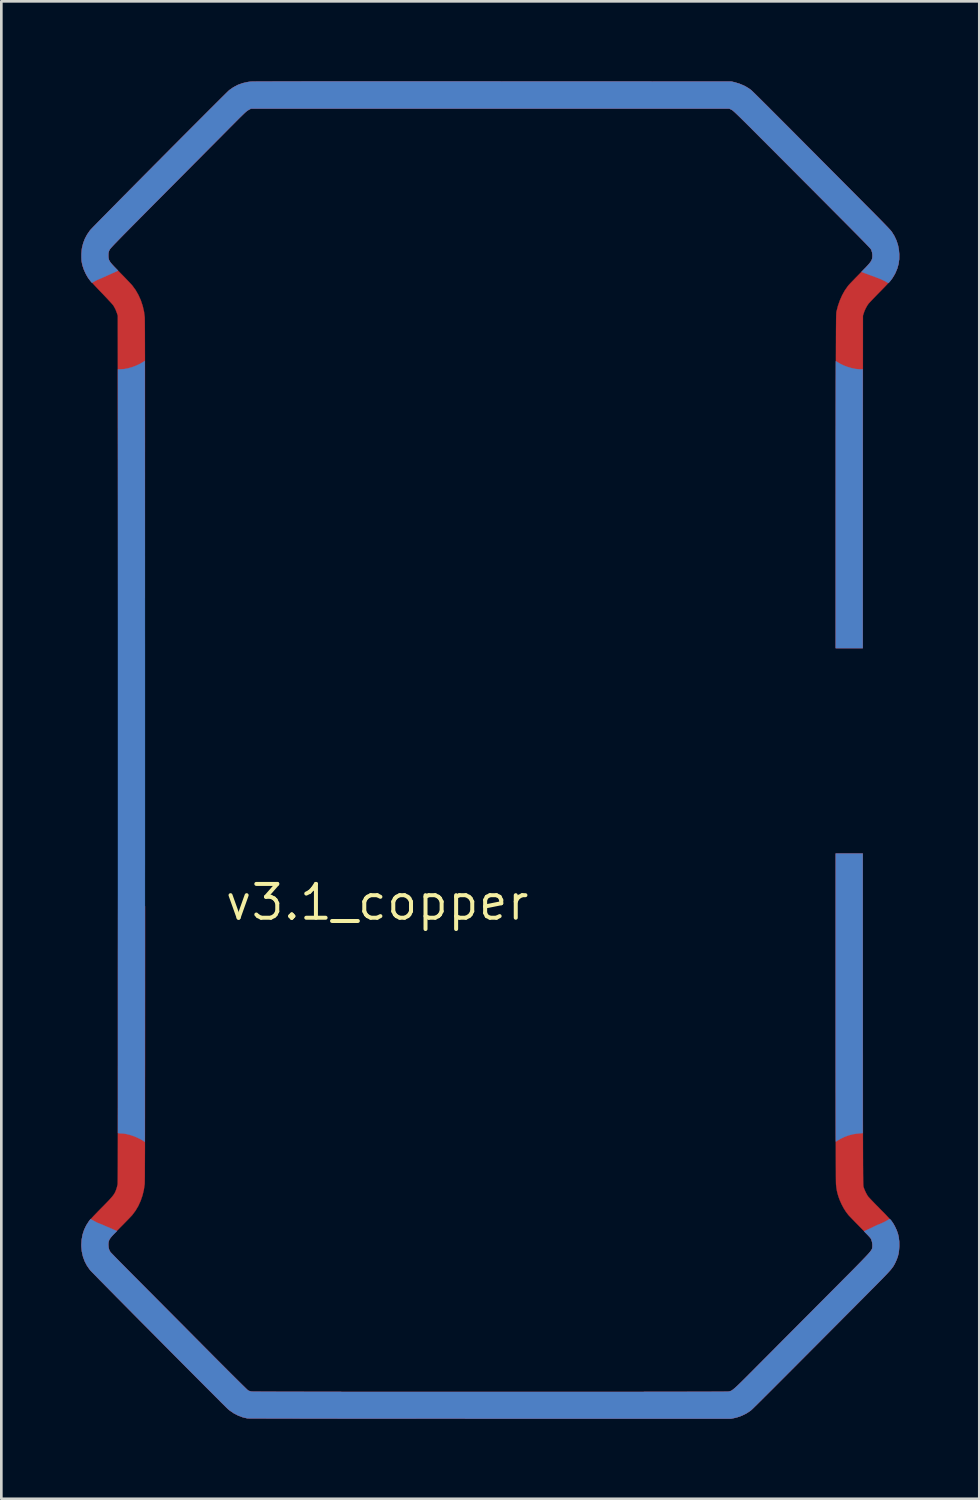
<source format=kicad_pcb>
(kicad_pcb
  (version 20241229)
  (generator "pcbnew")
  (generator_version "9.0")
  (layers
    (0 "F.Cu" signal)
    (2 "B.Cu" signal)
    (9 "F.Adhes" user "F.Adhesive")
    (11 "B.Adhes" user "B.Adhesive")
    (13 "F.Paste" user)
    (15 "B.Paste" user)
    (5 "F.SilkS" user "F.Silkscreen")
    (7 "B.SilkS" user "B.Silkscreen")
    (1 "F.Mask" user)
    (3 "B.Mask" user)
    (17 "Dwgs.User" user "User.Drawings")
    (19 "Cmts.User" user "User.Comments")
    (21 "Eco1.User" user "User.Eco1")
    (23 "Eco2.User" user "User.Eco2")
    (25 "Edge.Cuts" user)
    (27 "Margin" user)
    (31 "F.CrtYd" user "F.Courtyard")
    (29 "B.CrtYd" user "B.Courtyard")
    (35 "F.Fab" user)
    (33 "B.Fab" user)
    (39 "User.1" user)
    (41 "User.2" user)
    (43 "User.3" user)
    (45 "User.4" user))
  (footprint "v3.1_copper"
    (layer "F.Cu")
    (at 11.105 30.813)
    (property "Reference" "v3.1_copper" (at 0 0 0) (layer "F.SilkS") (effects (font (size 1.27 1.27) (thickness 0.15))))
    (attr through_hole)
    (fp_poly (pts (xy 0.762 -30.808) (xy 1.278 -30.808) (xy 1.819 -30.808) (xy 2.384 -30.808) (xy 2.975 -30.808) (xy 3.59 -30.808) (xy 4.231 -30.807) (xy 4.343 -30.807) (xy 13.291 -30.803) (xy 13.405 -30.777) (xy 13.594 -30.721) (xy 13.77 -30.647) (xy 13.931 -30.555) (xy 14.03 -30.484) (xy 14.041 -30.474) (xy 14.058 -30.459) (xy 14.082 -30.436) (xy 14.113 -30.406) (xy 14.152 -30.368) (xy 14.199 -30.322) (xy 14.254 -30.267) (xy 14.319 -30.204) (xy 14.392 -30.131) (xy 14.476 -30.048) (xy 14.569 -29.955) (xy 14.673 -29.851) (xy 14.788 -29.736) (xy 14.914 -29.61) (xy 15.051 -29.472) (xy 15.201 -29.322) (xy 15.363 -29.159) (xy 15.539 -28.984) (xy 15.727 -28.794) (xy 15.93 -28.591) (xy 16.146 -28.374) (xy 16.377 -28.142) (xy 16.623 -27.895) (xy 16.884 -27.632) (xy 17.161 -27.354) (xy 17.454 -27.059) (xy 17.764 -26.748) (xy 18.09 -26.419) (xy 18.434 -26.073) (xy 18.554 -25.952) (xy 18.675 -25.831) (xy 18.789 -25.715) (xy 18.895 -25.607) (xy 18.992 -25.508) (xy 19.078 -25.418) (xy 19.153 -25.34) (xy 19.215 -25.274) (xy 19.262 -25.223) (xy 19.294 -25.187) (xy 19.306 -25.171) (xy 19.409 -25.006) (xy 19.488 -24.836) (xy 19.545 -24.659) (xy 19.58 -24.472) (xy 19.592 -24.32) (xy 19.59 -24.133) (xy 19.565 -23.956) (xy 19.517 -23.783) (xy 19.444 -23.611) (xy 19.437 -23.597) (xy 19.409 -23.544) (xy 19.381 -23.494) (xy 19.349 -23.445) (xy 19.312 -23.394) (xy 19.269 -23.339) (xy 19.216 -23.279) (xy 19.154 -23.209) (xy 19.079 -23.129) (xy 18.989 -23.036) (xy 18.884 -22.928) (xy 18.871 -22.915) (xy 18.788 -22.831) (xy 18.709 -22.749) (xy 18.636 -22.674) (xy 18.571 -22.606) (xy 18.516 -22.548) (xy 18.474 -22.502) (xy 18.446 -22.472) (xy 18.439 -22.463) (xy 18.39 -22.391) (xy 18.341 -22.303) (xy 18.296 -22.208) (xy 18.262 -22.114) (xy 18.26 -22.108) (xy 18.231 -22.015) (xy 18.228 -15.777) (xy 18.224 -9.538) (xy 17.208 -9.538) (xy 17.212 -15.802) (xy 17.213 -16.28) (xy 17.213 -16.733) (xy 17.213 -17.163) (xy 17.213 -17.569) (xy 17.214 -17.952) (xy 17.214 -18.313) (xy 17.214 -18.652) (xy 17.215 -18.971) (xy 17.215 -19.27) (xy 17.215 -19.549) (xy 17.216 -19.81) (xy 17.216 -20.053) (xy 17.217 -20.278) (xy 17.217 -20.486) (xy 17.218 -20.678) (xy 17.218 -20.855) (xy 17.219 -21.017) (xy 17.219 -21.165) (xy 17.22 -21.299) (xy 17.22 -21.421) (xy 17.221 -21.531) (xy 17.222 -21.629) (xy 17.223 -21.716) (xy 17.223 -21.793) (xy 17.224 -21.861) (xy 17.225 -21.92) (xy 17.226 -21.97) (xy 17.227 -22.014) (xy 17.229 -22.05) (xy 17.23 -22.081) (xy 17.231 -22.105) (xy 17.232 -22.126) (xy 17.234 -22.141) (xy 17.235 -22.154) (xy 17.237 -22.163) (xy 17.237 -22.166) (xy 17.292 -22.381) (xy 17.364 -22.588) (xy 17.45 -22.782) (xy 17.549 -22.96) (xy 17.661 -23.119) (xy 17.699 -23.166) (xy 17.721 -23.19) (xy 17.758 -23.23) (xy 17.809 -23.283) (xy 17.871 -23.347) (xy 17.941 -23.42) (xy 18.018 -23.499) (xy 18.1 -23.582) (xy 18.132 -23.616) (xy 18.233 -23.718) (xy 18.317 -23.805) (xy 18.385 -23.877) (xy 18.441 -23.938) (xy 18.485 -23.99) (xy 18.518 -24.033) (xy 18.543 -24.071) (xy 18.561 -24.106) (xy 18.573 -24.139) (xy 18.581 -24.173) (xy 18.587 -24.209) (xy 18.587 -24.214) (xy 18.589 -24.295) (xy 18.577 -24.384) (xy 18.553 -24.468) (xy 18.54 -24.497) (xy 18.537 -24.503) (xy 18.532 -24.511) (xy 18.524 -24.521) (xy 18.514 -24.533) (xy 18.5 -24.55) (xy 18.482 -24.569) (xy 18.46 -24.594) (xy 18.433 -24.622) (xy 18.4 -24.656) (xy 18.362 -24.696) (xy 18.318 -24.743) (xy 18.266 -24.795) (xy 18.207 -24.856) (xy 18.141 -24.923) (xy 18.066 -25) (xy 17.982 -25.085) (xy 17.889 -25.179) (xy 17.786 -25.283) (xy 17.673 -25.397) (xy 17.549 -25.522) (xy 17.413 -25.658) (xy 17.266 -25.806) (xy 17.107 -25.966) (xy 16.935 -26.139) (xy 16.749 -26.326) (xy 16.55 -26.526) (xy 16.337 -26.74) (xy 16.108 -26.969) (xy 15.865 -27.213) (xy 15.606 -27.473) (xy 15.33 -27.75) (xy 15.038 -28.043) (xy 14.729 -28.353) (xy 14.586 -28.496) (xy 14.413 -28.669) (xy 14.257 -28.826) (xy 14.117 -28.966) (xy 13.993 -29.091) (xy 13.882 -29.201) (xy 13.784 -29.298) (xy 13.699 -29.382) (xy 13.625 -29.455) (xy 13.561 -29.517) (xy 13.507 -29.57) (xy 13.461 -29.613) (xy 13.423 -29.649) (xy 13.391 -29.677) (xy 13.365 -29.7) (xy 13.344 -29.717) (xy 13.326 -29.73) (xy 13.311 -29.74) (xy 13.298 -29.747) (xy 13.297 -29.747) (xy 13.215 -29.788) (xy -4.734 -29.788) (xy -4.828 -29.737) (xy -4.847 -29.726) (xy -4.866 -29.713) (xy -4.888 -29.697) (xy -4.914 -29.677) (xy -4.945 -29.65) (xy -4.982 -29.616) (xy -5.027 -29.574) (xy -5.08 -29.522) (xy -5.145 -29.459) (xy -5.22 -29.384) (xy -5.309 -29.295) (xy -5.412 -29.191) (xy -5.531 -29.072) (xy -5.608 -28.994) (xy -5.687 -28.914) (xy -5.783 -28.817) (xy -5.894 -28.705) (xy -6.019 -28.579) (xy -6.157 -28.44) (xy -6.307 -28.29) (xy -6.466 -28.129) (xy -6.634 -27.959) (xy -6.81 -27.782) (xy -6.993 -27.599) (xy -7.18 -27.41) (xy -7.371 -27.218) (xy -7.564 -27.023) (xy -7.758 -26.828) (xy -7.952 -26.632) (xy -8.145 -26.439) (xy -8.154 -26.429) (xy -8.37 -26.212) (xy -8.568 -26.012) (xy -8.749 -25.829) (xy -8.915 -25.662) (xy -9.066 -25.51) (xy -9.203 -25.372) (xy -9.326 -25.247) (xy -9.436 -25.136) (xy -9.535 -25.036) (xy -9.622 -24.947) (xy -9.698 -24.869) (xy -9.764 -24.801) (xy -9.821 -24.742) (xy -9.87 -24.691) (xy -9.911 -24.647) (xy -9.945 -24.61) (xy -9.973 -24.579) (xy -9.996 -24.554) (xy -10.013 -24.533) (xy -10.027 -24.515) (xy -10.037 -24.501) (xy -10.044 -24.489) (xy -10.05 -24.478) (xy -10.052 -24.473) (xy -10.071 -24.428) (xy -10.082 -24.389) (xy -10.088 -24.346) (xy -10.089 -24.289) (xy -10.089 -24.276) (xy -10.089 -24.231) (xy -10.086 -24.191) (xy -10.08 -24.154) (xy -10.07 -24.118) (xy -10.053 -24.081) (xy -10.029 -24.041) (xy -9.995 -23.996) (xy -9.951 -23.944) (xy -9.894 -23.882) (xy -9.825 -23.808) (xy -9.74 -23.721) (xy -9.639 -23.618) (xy -9.635 -23.614) (xy -9.551 -23.529) (xy -9.471 -23.447) (xy -9.397 -23.369) (xy -9.33 -23.299) (xy -9.273 -23.239) (xy -9.228 -23.191) (xy -9.198 -23.158) (xy -9.191 -23.149) (xy -9.067 -22.98) (xy -8.96 -22.793) (xy -8.87 -22.593) (xy -8.8 -22.383) (xy -8.75 -22.167) (xy -8.725 -21.971) (xy -8.723 -21.945) (xy -8.722 -21.899) (xy -8.721 -21.832) (xy -8.72 -21.744) (xy -8.719 -21.635) (xy -8.718 -21.505) (xy -8.717 -21.352) (xy -8.717 -21.178) (xy -8.716 -20.981) (xy -8.716 -20.762) (xy -8.715 -20.52) (xy -8.715 -20.256) (xy -8.714 -19.968) (xy -8.714 -19.657) (xy -8.714 -19.322) (xy -8.714 -18.963) (xy -8.714 -18.58) (xy -8.714 -18.173) (xy -8.714 -17.741) (xy -8.714 -17.285) (xy -8.715 -16.803) (xy -8.715 -16.626) (xy -8.719 -11.439) (xy -8.795 -11.414) (xy -8.88 -11.383) (xy -8.976 -11.34) (xy -9.077 -11.289) (xy -9.173 -11.234) (xy -9.248 -11.186) (xy -9.334 -11.122) (xy -9.425 -11.044) (xy -9.513 -10.959) (xy -9.592 -10.874) (xy -9.656 -10.794) (xy -9.659 -10.789) (xy -9.722 -10.7) (xy -9.728 -16.358) (xy -9.735 -22.015) (xy -9.762 -22.101) (xy -9.816 -22.243) (xy -9.881 -22.366) (xy -9.901 -22.398) (xy -9.92 -22.422) (xy -9.954 -22.462) (xy -10.002 -22.515) (xy -10.062 -22.58) (xy -10.131 -22.655) (xy -10.208 -22.736) (xy -10.29 -22.823) (xy -10.356 -22.891) (xy -10.454 -22.993) (xy -10.544 -23.088) (xy -10.626 -23.176) (xy -10.696 -23.253) (xy -10.755 -23.318) (xy -10.799 -23.37) (xy -10.828 -23.406) (xy -10.831 -23.41) (xy -10.896 -23.515) (xy -10.957 -23.633) (xy -11.011 -23.756) (xy -11.052 -23.873) (xy -11.058 -23.897) (xy -11.07 -23.943) (xy -11.079 -23.983) (xy -11.085 -24.023) (xy -11.089 -24.067) (xy -11.091 -24.122) (xy -11.092 -24.192) (xy -11.092 -24.27) (xy -11.092 -24.357) (xy -11.091 -24.425) (xy -11.089 -24.477) (xy -11.085 -24.52) (xy -11.078 -24.559) (xy -11.069 -24.599) (xy -11.057 -24.644) (xy -11.009 -24.798) (xy -10.953 -24.934) (xy -10.885 -25.058) (xy -10.804 -25.178) (xy -10.761 -25.233) (xy -10.744 -25.251) (xy -10.711 -25.286) (xy -10.662 -25.338) (xy -10.597 -25.404) (xy -10.518 -25.485) (xy -10.425 -25.58) (xy -10.32 -25.687) (xy -10.203 -25.805) (xy -10.075 -25.935) (xy -9.938 -26.074) (xy -9.791 -26.223) (xy -9.636 -26.38) (xy -9.474 -26.544) (xy -9.305 -26.714) (xy -9.131 -26.89) (xy -8.952 -27.07) (xy -8.77 -27.254) (xy -8.584 -27.441) (xy -8.397 -27.63) (xy -8.208 -27.82) (xy -8.019 -28.01) (xy -7.831 -28.2) (xy -7.644 -28.388) (xy -7.46 -28.573) (xy -7.279 -28.755) (xy -7.102 -28.932) (xy -6.93 -29.105) (xy -6.764 -29.271) (xy -6.605 -29.43) (xy -6.454 -29.582) (xy -6.311 -29.725) (xy -6.178 -29.858) (xy -6.055 -29.981) (xy -5.943 -30.092) (xy -5.844 -30.191) (xy -5.757 -30.277) (xy -5.684 -30.349) (xy -5.626 -30.406) (xy -5.584 -30.447) (xy -5.558 -30.471) (xy -5.552 -30.477) (xy -5.393 -30.588) (xy -5.224 -30.677) (xy -5.043 -30.742) (xy -4.852 -30.785) (xy -4.745 -30.798) (xy -4.724 -30.799) (xy -4.683 -30.8) (xy -4.621 -30.801) (xy -4.537 -30.802) (xy -4.433 -30.802) (xy -4.307 -30.803) (xy -4.159 -30.804) (xy -3.99 -30.804) (xy -3.798 -30.805) (xy -3.585 -30.805) (xy -3.349 -30.806) (xy -3.091 -30.806) (xy -2.811 -30.807) (xy -2.507 -30.807) (xy -2.181 -30.807) (xy -1.831 -30.808) (xy -1.458 -30.808) (xy -1.062 -30.808) (xy -0.642 -30.808) (xy -0.198 -30.808) (xy 0.27 -30.808) (xy 0.762 -30.808)) (stroke (width 0.01) (type solid)) (fill yes) (layer "F.Cu"))
    (fp_poly (pts (xy 18.228 4.391) (xy 18.228 4.866) (xy 18.228 5.316) (xy 18.229 5.742) (xy 18.229 6.144) (xy 18.229 6.524) (xy 18.229 6.882) (xy 18.23 7.218) (xy 18.23 7.534) (xy 18.23 7.83) (xy 18.23 8.106) (xy 18.231 8.364) (xy 18.231 8.603) (xy 18.231 8.825) (xy 18.232 9.031) (xy 18.232 9.22) (xy 18.233 9.394) (xy 18.233 9.554) (xy 18.234 9.699) (xy 18.234 9.831) (xy 18.235 9.951) (xy 18.236 10.058) (xy 18.236 10.154) (xy 18.237 10.239) (xy 18.238 10.315) (xy 18.239 10.381) (xy 18.24 10.438) (xy 18.241 10.487) (xy 18.242 10.529) (xy 18.243 10.565) (xy 18.244 10.594) (xy 18.245 10.618) (xy 18.247 10.638) (xy 18.248 10.653) (xy 18.25 10.665) (xy 18.251 10.675) (xy 18.253 10.682) (xy 18.254 10.687) (xy 18.281 10.762) (xy 18.316 10.844) (xy 18.355 10.924) (xy 18.395 10.995) (xy 18.426 11.042) (xy 18.446 11.065) (xy 18.481 11.103) (xy 18.529 11.155) (xy 18.59 11.218) (xy 18.659 11.29) (xy 18.736 11.369) (xy 18.819 11.452) (xy 18.865 11.5) (xy 18.973 11.609) (xy 19.065 11.702) (xy 19.141 11.783) (xy 19.205 11.852) (xy 19.259 11.913) (xy 19.303 11.966) (xy 19.34 12.016) (xy 19.372 12.063) (xy 19.4 12.11) (xy 19.427 12.159) (xy 19.437 12.18) (xy 19.502 12.322) (xy 19.548 12.46) (xy 19.577 12.601) (xy 19.592 12.751) (xy 19.593 12.916) (xy 19.584 13.054) (xy 19.567 13.176) (xy 19.539 13.29) (xy 19.498 13.403) (xy 19.457 13.497) (xy 19.439 13.535) (xy 19.421 13.569) (xy 19.404 13.602) (xy 19.385 13.635) (xy 19.364 13.668) (xy 19.34 13.702) (xy 19.312 13.74) (xy 19.278 13.782) (xy 19.237 13.829) (xy 19.189 13.882) (xy 19.133 13.943) (xy 19.067 14.012) (xy 18.99 14.092) (xy 18.902 14.183) (xy 18.801 14.285) (xy 18.686 14.402) (xy 18.556 14.532) (xy 18.41 14.679) (xy 18.256 14.834) (xy 17.921 15.171) (xy 17.603 15.49) (xy 17.302 15.793) (xy 17.017 16.079) (xy 16.749 16.348) (xy 16.497 16.602) (xy 16.259 16.84) (xy 16.037 17.063) (xy 15.829 17.272) (xy 15.635 17.467) (xy 15.454 17.648) (xy 15.287 17.816) (xy 15.132 17.971) (xy 14.989 18.114) (xy 14.859 18.245) (xy 14.739 18.364) (xy 14.631 18.472) (xy 14.532 18.57) (xy 14.444 18.658) (xy 14.366 18.736) (xy 14.296 18.805) (xy 14.236 18.865) (xy 14.183 18.916) (xy 14.139 18.96) (xy 14.102 18.996) (xy 14.071 19.025) (xy 14.048 19.047) (xy 14.03 19.063) (xy 14.018 19.074) (xy 14.014 19.077) (xy 13.86 19.179) (xy 13.691 19.263) (xy 13.515 19.326) (xy 13.403 19.354) (xy 13.274 19.38) (xy 4.233 19.379) (xy 3.755 19.379) (xy 3.282 19.378) (xy 2.816 19.378) (xy 2.358 19.378) (xy 1.907 19.378) (xy 1.466 19.378) (xy 1.033 19.377) (xy 0.611 19.377) (xy 0.199 19.377) (xy -0.201 19.377) (xy -0.59 19.376) (xy -0.966 19.376) (xy -1.329 19.376) (xy -1.678 19.375) (xy -2.012 19.375) (xy -2.332 19.374) (xy -2.635 19.374) (xy -2.923 19.373) (xy -3.193 19.373) (xy -3.445 19.372) (xy -3.679 19.372) (xy -3.894 19.371) (xy -4.09 19.371) (xy -4.265 19.37) (xy -4.42 19.37) (xy -4.552 19.369) (xy -4.663 19.369) (xy -4.751 19.368) (xy -4.815 19.368) (xy -4.855 19.367) (xy -4.87 19.367) (xy -5.049 19.324) (xy -5.223 19.258) (xy -5.389 19.171) (xy -5.541 19.065) (xy -5.598 19.018) (xy -5.617 18.999) (xy -5.654 18.964) (xy -5.706 18.912) (xy -5.773 18.846) (xy -5.855 18.765) (xy -5.949 18.67) (xy -6.056 18.563) (xy -6.175 18.444) (xy -6.304 18.315) (xy -6.443 18.176) (xy -6.591 18.027) (xy -6.747 17.871) (xy -6.91 17.707) (xy -7.079 17.537) (xy -7.253 17.362) (xy -7.432 17.182) (xy -7.615 16.998) (xy -7.8 16.812) (xy -7.987 16.623) (xy -8.174 16.434) (xy -8.362 16.245) (xy -8.549 16.056) (xy -8.735 15.869) (xy -8.918 15.685) (xy -9.097 15.504) (xy -9.272 15.327) (xy -9.442 15.155) (xy -9.605 14.99) (xy -9.762 14.832) (xy -9.91 14.681) (xy -10.05 14.54) (xy -10.181 14.407) (xy -10.3 14.286) (xy -10.409 14.176) (xy -10.505 14.078) (xy -10.587 13.994) (xy -10.656 13.923) (xy -10.71 13.868) (xy -10.748 13.828) (xy -10.77 13.805) (xy -10.773 13.801) (xy -10.886 13.642) (xy -10.974 13.475) (xy -11.039 13.298) (xy -11.081 13.111) (xy -11.099 12.915) (xy -11.1 12.859) (xy -11.089 12.664) (xy -11.056 12.479) (xy -11 12.304) (xy -10.92 12.134) (xy -10.816 11.968) (xy -10.803 11.951) (xy -10.784 11.927) (xy -10.749 11.888) (xy -10.699 11.835) (xy -10.639 11.771) (xy -10.568 11.697) (xy -10.491 11.617) (xy -10.408 11.532) (xy -10.351 11.474) (xy -10.246 11.368) (xy -10.157 11.277) (xy -10.083 11.2) (xy -10.022 11.134) (xy -9.973 11.078) (xy -9.932 11.03) (xy -9.9 10.988) (xy -9.874 10.949) (xy -9.851 10.912) (xy -9.833 10.878) (xy -9.803 10.805) (xy -9.774 10.719) (xy -9.751 10.631) (xy -9.741 10.579) (xy -9.74 10.559) (xy -9.739 10.515) (xy -9.738 10.446) (xy -9.737 10.354) (xy -9.736 10.236) (xy -9.735 10.094) (xy -9.734 9.928) (xy -9.733 9.737) (xy -9.733 9.522) (xy -9.732 9.282) (xy -9.731 9.017) (xy -9.731 8.727) (xy -9.73 8.412) (xy -9.73 8.073) (xy -9.729 7.708) (xy -9.729 7.318) (xy -9.729 6.904) (xy -9.729 6.464) (xy -9.728 5.999) (xy -9.728 5.508) (xy -9.728 4.993) (xy -9.728 4.931) (xy -9.728 4.414) (xy -9.728 3.922) (xy -9.728 3.456) (xy -9.728 3.014) (xy -9.728 2.598) (xy -9.727 2.207) (xy -9.727 1.84) (xy -9.726 1.499) (xy -9.726 1.184) (xy -9.725 0.893) (xy -9.725 0.628) (xy -9.724 0.388) (xy -9.723 0.173) (xy -9.723 -0.017) (xy -9.722 -0.181) (xy -9.721 -0.32) (xy -9.72 -0.434) (xy -9.719 -0.522) (xy -9.718 -0.585) (xy -9.717 -0.623) (xy -9.716 -0.635) (xy -9.703 -0.626) (xy -9.703 -0.623) (xy -9.696 -0.609) (xy -9.676 -0.578) (xy -9.646 -0.537) (xy -9.61 -0.488) (xy -9.608 -0.485) (xy -9.472 -0.325) (xy -9.318 -0.184) (xy -9.149 -0.061) (xy -8.964 0.041) (xy -8.836 0.097) (xy -8.712 0.145) (xy -8.712 5.289) (xy -8.712 5.79) (xy -8.712 6.266) (xy -8.713 6.716) (xy -8.713 7.141) (xy -8.713 7.541) (xy -8.713 7.916) (xy -8.714 8.266) (xy -8.714 8.591) (xy -8.715 8.891) (xy -8.715 9.166) (xy -8.716 9.416) (xy -8.717 9.642) (xy -8.718 9.844) (xy -8.719 10.02) (xy -8.719 10.173) (xy -8.72 10.301) (xy -8.722 10.404) (xy -8.723 10.483) (xy -8.724 10.538) (xy -8.725 10.569) (xy -8.725 10.573) (xy -8.756 10.789) (xy -8.807 11.001) (xy -8.877 11.204) (xy -8.964 11.396) (xy -9.068 11.572) (xy -9.186 11.73) (xy -9.189 11.735) (xy -9.211 11.759) (xy -9.249 11.799) (xy -9.299 11.852) (xy -9.361 11.916) (xy -9.432 11.989) (xy -9.51 12.069) (xy -9.592 12.152) (xy -9.63 12.19) (xy -9.724 12.286) (xy -9.802 12.366) (xy -9.866 12.432) (xy -9.917 12.485) (xy -9.956 12.529) (xy -9.987 12.565) (xy -10.01 12.594) (xy -10.028 12.619) (xy -10.041 12.642) (xy -10.05 12.66) (xy -10.071 12.707) (xy -10.083 12.747) (xy -10.088 12.791) (xy -10.09 12.848) (xy -10.09 12.852) (xy -10.082 12.957) (xy -10.057 13.047) (xy -10.015 13.125) (xy -10.003 13.139) (xy -9.974 13.169) (xy -9.929 13.216) (xy -9.87 13.276) (xy -9.798 13.351) (xy -9.713 13.437) (xy -9.616 13.535) (xy -9.51 13.643) (xy -9.395 13.759) (xy -9.271 13.884) (xy -9.142 14.015) (xy -9.006 14.151) (xy -8.89 14.268) (xy -8.747 14.412) (xy -8.588 14.572) (xy -8.415 14.745) (xy -8.232 14.93) (xy -8.039 15.124) (xy -7.839 15.325) (xy -7.634 15.531) (xy -7.427 15.74) (xy -7.219 15.949) (xy -7.014 16.156) (xy -6.812 16.36) (xy -6.616 16.557) (xy -6.429 16.746) (xy -6.343 16.832) (xy -6.183 16.993) (xy -6.027 17.15) (xy -5.876 17.301) (xy -5.732 17.445) (xy -5.595 17.582) (xy -5.467 17.711) (xy -5.347 17.829) (xy -5.238 17.938) (xy -5.14 18.035) (xy -5.055 18.119) (xy -4.982 18.19) (xy -4.924 18.247) (xy -4.881 18.288) (xy -4.854 18.313) (xy -4.845 18.32) (xy -4.804 18.338) (xy -4.751 18.355) (xy -4.712 18.363) (xy -4.694 18.364) (xy -4.651 18.365) (xy -4.585 18.366) (xy -4.496 18.367) (xy -4.385 18.367) (xy -4.252 18.368) (xy -4.098 18.369) (xy -3.925 18.369) (xy -3.732 18.37) (xy -3.521 18.371) (xy -3.293 18.371) (xy -3.048 18.372) (xy -2.787 18.372) (xy -2.511 18.373) (xy -2.221 18.373) (xy -1.917 18.374) (xy -1.6 18.374) (xy -1.272 18.375) (xy -0.932 18.375) (xy -0.581 18.375) (xy -0.221 18.376) (xy 0.147 18.376) (xy 0.524 18.376) (xy 0.908 18.376) (xy 1.299 18.377) (xy 1.695 18.377) (xy 2.096 18.377) (xy 2.501 18.377) (xy 2.91 18.377) (xy 3.321 18.377) (xy 3.734 18.377) (xy 4.147 18.377) (xy 4.561 18.377) (xy 4.975 18.377) (xy 5.387 18.377) (xy 5.796 18.377) (xy 6.203 18.377) (xy 6.606 18.377) (xy 7.004 18.377) (xy 7.397 18.377) (xy 7.784 18.377) (xy 8.164 18.376) (xy 8.537 18.376) (xy 8.9 18.376) (xy 9.255 18.375) (xy 9.599 18.375) (xy 9.933 18.375) (xy 10.255 18.374) (xy 10.564 18.374) (xy 10.861 18.374) (xy 11.143 18.373) (xy 11.41 18.373) (xy 11.662 18.372) (xy 11.898 18.371) (xy 12.116 18.371) (xy 12.316 18.37) (xy 12.498 18.37) (xy 12.66 18.369) (xy 12.802 18.368) (xy 12.923 18.368) (xy 13.021 18.367) (xy 13.098 18.366) (xy 13.15 18.365) (xy 13.179 18.364) (xy 13.183 18.364) (xy 13.207 18.359) (xy 13.23 18.354) (xy 13.251 18.348) (xy 13.274 18.339) (xy 13.298 18.327) (xy 13.324 18.311) (xy 13.355 18.289) (xy 13.39 18.26) (xy 13.431 18.225) (xy 13.48 18.181) (xy 13.537 18.128) (xy 13.603 18.064) (xy 13.68 17.989) (xy 13.768 17.902) (xy 13.869 17.801) (xy 13.984 17.686) (xy 14.114 17.556) (xy 14.259 17.409) (xy 14.371 17.297) (xy 14.49 17.177) (xy 14.626 17.041) (xy 14.776 16.89) (xy 14.938 16.727) (xy 15.111 16.552) (xy 15.293 16.369) (xy 15.483 16.179) (xy 15.677 15.984) (xy 15.875 15.785) (xy 16.075 15.584) (xy 16.274 15.384) (xy 16.472 15.185) (xy 16.665 14.991) (xy 16.854 14.801) (xy 16.922 14.733) (xy 17.124 14.53) (xy 17.308 14.345) (xy 17.476 14.176) (xy 17.629 14.022) (xy 17.767 13.884) (xy 17.891 13.759) (xy 18.001 13.647) (xy 18.099 13.547) (xy 18.185 13.459) (xy 18.26 13.381) (xy 18.325 13.313) (xy 18.381 13.253) (xy 18.428 13.202) (xy 18.466 13.158) (xy 18.498 13.12) (xy 18.523 13.088) (xy 18.543 13.06) (xy 18.558 13.036) (xy 18.568 13.015) (xy 18.576 12.996) (xy 18.58 12.979) (xy 18.583 12.962) (xy 18.585 12.945) (xy 18.586 12.926) (xy 18.588 12.909) (xy 18.587 12.829) (xy 18.572 12.74) (xy 18.545 12.653) (xy 18.533 12.626) (xy 18.519 12.608) (xy 18.49 12.573) (xy 18.447 12.525) (xy 18.391 12.465) (xy 18.326 12.396) (xy 18.252 12.32) (xy 18.173 12.238) (xy 18.128 12.193) (xy 18.045 12.108) (xy 17.964 12.026) (xy 17.89 11.949) (xy 17.823 11.881) (xy 17.767 11.822) (xy 17.723 11.776) (xy 17.693 11.744) (xy 17.685 11.735) (xy 17.595 11.617) (xy 17.508 11.48) (xy 17.429 11.331) (xy 17.36 11.176) (xy 17.318 11.062) (xy 17.281 10.942) (xy 17.254 10.829) (xy 17.235 10.712) (xy 17.222 10.598) (xy 17.221 10.574) (xy 17.219 10.527) (xy 17.218 10.457) (xy 17.217 10.363) (xy 17.216 10.247) (xy 17.216 10.107) (xy 17.215 9.943) (xy 17.214 9.756) (xy 17.213 9.545) (xy 17.213 9.31) (xy 17.212 9.051) (xy 17.211 8.767) (xy 17.211 8.46) (xy 17.21 8.129) (xy 17.21 7.772) (xy 17.21 7.392) (xy 17.209 6.986) (xy 17.209 6.556) (xy 17.209 6.101) (xy 17.209 5.621) (xy 17.209 5.116) (xy 17.209 4.586) (xy 17.209 4.315) (xy 17.209 -1.829) (xy 18.224 -1.829) (xy 18.228 4.391)) (stroke (width 0.01) (type solid)) (fill yes) (layer "F.Cu"))
    (fp_poly (pts (xy 0.762 -30.808) (xy 1.278 -30.808) (xy 1.819 -30.808) (xy 2.384 -30.808) (xy 2.975 -30.808) (xy 3.59 -30.808) (xy 4.231 -30.807) (xy 4.343 -30.807) (xy 13.291 -30.803) (xy 13.405 -30.777) (xy 13.594 -30.721) (xy 13.77 -30.647) (xy 13.931 -30.555) (xy 14.03 -30.484) (xy 14.041 -30.474) (xy 14.058 -30.459) (xy 14.082 -30.436) (xy 14.113 -30.406) (xy 14.152 -30.368) (xy 14.199 -30.322) (xy 14.254 -30.267) (xy 14.319 -30.204) (xy 14.392 -30.131) (xy 14.476 -30.048) (xy 14.569 -29.955) (xy 14.673 -29.851) (xy 14.788 -29.736) (xy 14.914 -29.61) (xy 15.051 -29.472) (xy 15.201 -29.322) (xy 15.363 -29.159) (xy 15.539 -28.984) (xy 15.727 -28.794) (xy 15.93 -28.591) (xy 16.146 -28.374) (xy 16.377 -28.142) (xy 16.623 -27.895) (xy 16.884 -27.632) (xy 17.161 -27.354) (xy 17.454 -27.059) (xy 17.764 -26.748) (xy 18.09 -26.419) (xy 18.434 -26.073) (xy 18.554 -25.952) (xy 18.675 -25.831) (xy 18.789 -25.715) (xy 18.895 -25.607) (xy 18.992 -25.508) (xy 19.078 -25.418) (xy 19.153 -25.34) (xy 19.215 -25.274) (xy 19.262 -25.223) (xy 19.294 -25.187) (xy 19.306 -25.171) (xy 19.409 -25.006) (xy 19.488 -24.836) (xy 19.545 -24.659) (xy 19.58 -24.472) (xy 19.592 -24.32) (xy 19.59 -24.133) (xy 19.565 -23.956) (xy 19.517 -23.783) (xy 19.444 -23.611) (xy 19.437 -23.597) (xy 19.409 -23.544) (xy 19.381 -23.494) (xy 19.349 -23.445) (xy 19.312 -23.394) (xy 19.269 -23.339) (xy 19.216 -23.279) (xy 19.154 -23.209) (xy 19.079 -23.129) (xy 18.989 -23.036) (xy 18.884 -22.928) (xy 18.871 -22.915) (xy 18.788 -22.831) (xy 18.709 -22.749) (xy 18.636 -22.674) (xy 18.571 -22.606) (xy 18.516 -22.548) (xy 18.474 -22.502) (xy 18.446 -22.472) (xy 18.439 -22.463) (xy 18.39 -22.391) (xy 18.341 -22.303) (xy 18.296 -22.208) (xy 18.262 -22.114) (xy 18.26 -22.108) (xy 18.231 -22.015) (xy 18.228 -15.777) (xy 18.224 -9.538) (xy 17.208 -9.538) (xy 17.212 -15.802) (xy 17.213 -16.28) (xy 17.213 -16.733) (xy 17.213 -17.163) (xy 17.213 -17.569) (xy 17.214 -17.952) (xy 17.214 -18.313) (xy 17.214 -18.652) (xy 17.215 -18.971) (xy 17.215 -19.27) (xy 17.215 -19.549) (xy 17.216 -19.81) (xy 17.216 -20.053) (xy 17.217 -20.278) (xy 17.217 -20.486) (xy 17.218 -20.678) (xy 17.218 -20.855) (xy 17.219 -21.017) (xy 17.219 -21.165) (xy 17.22 -21.299) (xy 17.22 -21.421) (xy 17.221 -21.531) (xy 17.222 -21.629) (xy 17.223 -21.716) (xy 17.223 -21.793) (xy 17.224 -21.861) (xy 17.225 -21.92) (xy 17.226 -21.97) (xy 17.227 -22.014) (xy 17.229 -22.05) (xy 17.23 -22.081) (xy 17.231 -22.105) (xy 17.232 -22.126) (xy 17.234 -22.141) (xy 17.235 -22.154) (xy 17.237 -22.163) (xy 17.237 -22.166) (xy 17.292 -22.381) (xy 17.364 -22.588) (xy 17.45 -22.782) (xy 17.549 -22.96) (xy 17.661 -23.119) (xy 17.699 -23.166) (xy 17.721 -23.19) (xy 17.758 -23.23) (xy 17.809 -23.283) (xy 17.871 -23.347) (xy 17.941 -23.42) (xy 18.018 -23.499) (xy 18.1 -23.582) (xy 18.132 -23.616) (xy 18.233 -23.718) (xy 18.317 -23.805) (xy 18.385 -23.877) (xy 18.441 -23.938) (xy 18.485 -23.99) (xy 18.518 -24.033) (xy 18.543 -24.071) (xy 18.561 -24.106) (xy 18.573 -24.139) (xy 18.581 -24.173) (xy 18.587 -24.209) (xy 18.587 -24.214) (xy 18.589 -24.295) (xy 18.577 -24.384) (xy 18.553 -24.468) (xy 18.54 -24.497) (xy 18.537 -24.503) (xy 18.532 -24.511) (xy 18.524 -24.521) (xy 18.514 -24.533) (xy 18.5 -24.55) (xy 18.482 -24.569) (xy 18.46 -24.594) (xy 18.433 -24.622) (xy 18.4 -24.656) (xy 18.362 -24.696) (xy 18.318 -24.743) (xy 18.266 -24.795) (xy 18.207 -24.856) (xy 18.141 -24.923) (xy 18.066 -25) (xy 17.982 -25.085) (xy 17.889 -25.179) (xy 17.786 -25.283) (xy 17.673 -25.397) (xy 17.549 -25.522) (xy 17.413 -25.658) (xy 17.266 -25.806) (xy 17.107 -25.966) (xy 16.935 -26.139) (xy 16.749 -26.326) (xy 16.55 -26.526) (xy 16.337 -26.74) (xy 16.108 -26.969) (xy 15.865 -27.213) (xy 15.606 -27.473) (xy 15.33 -27.75) (xy 15.038 -28.043) (xy 14.729 -28.353) (xy 14.586 -28.496) (xy 14.413 -28.669) (xy 14.257 -28.826) (xy 14.117 -28.966) (xy 13.993 -29.091) (xy 13.882 -29.201) (xy 13.784 -29.298) (xy 13.699 -29.382) (xy 13.625 -29.455) (xy 13.561 -29.517) (xy 13.507 -29.57) (xy 13.461 -29.613) (xy 13.423 -29.649) (xy 13.391 -29.677) (xy 13.365 -29.7) (xy 13.344 -29.717) (xy 13.326 -29.73) (xy 13.311 -29.74) (xy 13.298 -29.747) (xy 13.297 -29.747) (xy 13.215 -29.788) (xy -4.734 -29.788) (xy -4.828 -29.737) (xy -4.847 -29.726) (xy -4.866 -29.713) (xy -4.888 -29.697) (xy -4.914 -29.677) (xy -4.945 -29.65) (xy -4.982 -29.616) (xy -5.027 -29.574) (xy -5.08 -29.522) (xy -5.145 -29.459) (xy -5.22 -29.384) (xy -5.309 -29.295) (xy -5.412 -29.191) (xy -5.531 -29.072) (xy -5.608 -28.994) (xy -5.687 -28.914) (xy -5.783 -28.817) (xy -5.894 -28.705) (xy -6.019 -28.579) (xy -6.157 -28.44) (xy -6.307 -28.29) (xy -6.466 -28.129) (xy -6.634 -27.959) (xy -6.81 -27.782) (xy -6.993 -27.599) (xy -7.18 -27.41) (xy -7.371 -27.218) (xy -7.564 -27.023) (xy -7.758 -26.828) (xy -7.952 -26.632) (xy -8.145 -26.439) (xy -8.154 -26.429) (xy -8.37 -26.212) (xy -8.568 -26.012) (xy -8.749 -25.829) (xy -8.915 -25.662) (xy -9.066 -25.51) (xy -9.203 -25.372) (xy -9.326 -25.247) (xy -9.436 -25.136) (xy -9.535 -25.036) (xy -9.622 -24.947) (xy -9.698 -24.869) (xy -9.764 -24.801) (xy -9.821 -24.742) (xy -9.87 -24.691) (xy -9.911 -24.647) (xy -9.945 -24.61) (xy -9.973 -24.579) (xy -9.996 -24.554) (xy -10.013 -24.533) (xy -10.027 -24.515) (xy -10.037 -24.501) (xy -10.044 -24.489) (xy -10.05 -24.478) (xy -10.052 -24.473) (xy -10.071 -24.428) (xy -10.082 -24.389) (xy -10.088 -24.346) (xy -10.089 -24.289) (xy -10.089 -24.276) (xy -10.089 -24.231) (xy -10.086 -24.191) (xy -10.08 -24.154) (xy -10.07 -24.118) (xy -10.053 -24.081) (xy -10.029 -24.041) (xy -9.995 -23.996) (xy -9.951 -23.944) (xy -9.894 -23.882) (xy -9.825 -23.808) (xy -9.74 -23.721) (xy -9.639 -23.618) (xy -9.635 -23.614) (xy -9.551 -23.529) (xy -9.471 -23.447) (xy -9.397 -23.369) (xy -9.33 -23.299) (xy -9.273 -23.239) (xy -9.228 -23.191) (xy -9.198 -23.158) (xy -9.191 -23.149) (xy -9.067 -22.98) (xy -8.96 -22.793) (xy -8.87 -22.593) (xy -8.8 -22.383) (xy -8.75 -22.167) (xy -8.725 -21.971) (xy -8.723 -21.945) (xy -8.722 -21.899) (xy -8.721 -21.832) (xy -8.72 -21.744) (xy -8.719 -21.635) (xy -8.718 -21.505) (xy -8.717 -21.352) (xy -8.717 -21.178) (xy -8.716 -20.981) (xy -8.716 -20.762) (xy -8.715 -20.52) (xy -8.715 -20.256) (xy -8.714 -19.968) (xy -8.714 -19.657) (xy -8.714 -19.322) (xy -8.714 -18.963) (xy -8.714 -18.58) (xy -8.714 -18.173) (xy -8.714 -17.741) (xy -8.714 -17.285) (xy -8.715 -16.803) (xy -8.715 -16.626) (xy -8.719 -11.439) (xy -8.795 -11.414) (xy -8.88 -11.383) (xy -8.976 -11.34) (xy -9.077 -11.289) (xy -9.173 -11.234) (xy -9.248 -11.186) (xy -9.334 -11.122) (xy -9.425 -11.044) (xy -9.513 -10.959) (xy -9.592 -10.874) (xy -9.656 -10.794) (xy -9.659 -10.789) (xy -9.722 -10.7) (xy -9.728 -16.358) (xy -9.735 -22.015) (xy -9.762 -22.101) (xy -9.816 -22.243) (xy -9.881 -22.366) (xy -9.901 -22.398) (xy -9.92 -22.422) (xy -9.954 -22.462) (xy -10.002 -22.515) (xy -10.062 -22.58) (xy -10.131 -22.655) (xy -10.208 -22.736) (xy -10.29 -22.823) (xy -10.356 -22.891) (xy -10.454 -22.993) (xy -10.544 -23.088) (xy -10.626 -23.176) (xy -10.696 -23.253) (xy -10.755 -23.318) (xy -10.799 -23.37) (xy -10.828 -23.406) (xy -10.831 -23.41) (xy -10.896 -23.515) (xy -10.957 -23.633) (xy -11.011 -23.756) (xy -11.052 -23.873) (xy -11.058 -23.897) (xy -11.07 -23.943) (xy -11.079 -23.983) (xy -11.085 -24.023) (xy -11.089 -24.067) (xy -11.091 -24.122) (xy -11.092 -24.192) (xy -11.092 -24.27) (xy -11.092 -24.357) (xy -11.091 -24.425) (xy -11.089 -24.477) (xy -11.085 -24.52) (xy -11.078 -24.559) (xy -11.069 -24.599) (xy -11.057 -24.644) (xy -11.009 -24.798) (xy -10.953 -24.934) (xy -10.885 -25.058) (xy -10.804 -25.178) (xy -10.761 -25.233) (xy -10.744 -25.251) (xy -10.711 -25.286) (xy -10.662 -25.338) (xy -10.597 -25.404) (xy -10.518 -25.485) (xy -10.425 -25.58) (xy -10.32 -25.687) (xy -10.203 -25.805) (xy -10.075 -25.935) (xy -9.938 -26.074) (xy -9.791 -26.223) (xy -9.636 -26.38) (xy -9.474 -26.544) (xy -9.305 -26.714) (xy -9.131 -26.89) (xy -8.952 -27.07) (xy -8.77 -27.254) (xy -8.584 -27.441) (xy -8.397 -27.63) (xy -8.208 -27.82) (xy -8.019 -28.01) (xy -7.831 -28.2) (xy -7.644 -28.388) (xy -7.46 -28.573) (xy -7.279 -28.755) (xy -7.102 -28.932) (xy -6.93 -29.105) (xy -6.764 -29.271) (xy -6.605 -29.43) (xy -6.454 -29.582) (xy -6.311 -29.725) (xy -6.178 -29.858) (xy -6.055 -29.981) (xy -5.943 -30.092) (xy -5.844 -30.191) (xy -5.757 -30.277) (xy -5.684 -30.349) (xy -5.626 -30.406) (xy -5.584 -30.447) (xy -5.558 -30.471) (xy -5.552 -30.477) (xy -5.393 -30.588) (xy -5.224 -30.677) (xy -5.043 -30.742) (xy -4.852 -30.785) (xy -4.745 -30.798) (xy -4.724 -30.799) (xy -4.683 -30.8) (xy -4.621 -30.801) (xy -4.537 -30.802) (xy -4.433 -30.802) (xy -4.307 -30.803) (xy -4.159 -30.804) (xy -3.99 -30.804) (xy -3.798 -30.805) (xy -3.585 -30.805) (xy -3.349 -30.806) (xy -3.091 -30.806) (xy -2.811 -30.807) (xy -2.507 -30.807) (xy -2.181 -30.807) (xy -1.831 -30.808) (xy -1.458 -30.808) (xy -1.062 -30.808) (xy -0.642 -30.808) (xy -0.198 -30.808) (xy 0.27 -30.808) (xy 0.762 -30.808)) (stroke (width 0.01) (type solid)) (fill yes) (layer "F.Mask"))
    (fp_poly (pts (xy 18.228 4.391) (xy 18.228 4.866) (xy 18.228 5.316) (xy 18.229 5.742) (xy 18.229 6.144) (xy 18.229 6.524) (xy 18.229 6.882) (xy 18.23 7.218) (xy 18.23 7.534) (xy 18.23 7.83) (xy 18.23 8.106) (xy 18.231 8.364) (xy 18.231 8.603) (xy 18.231 8.825) (xy 18.232 9.031) (xy 18.232 9.22) (xy 18.233 9.394) (xy 18.233 9.554) (xy 18.234 9.699) (xy 18.234 9.831) (xy 18.235 9.951) (xy 18.236 10.058) (xy 18.236 10.154) (xy 18.237 10.239) (xy 18.238 10.315) (xy 18.239 10.381) (xy 18.24 10.438) (xy 18.241 10.487) (xy 18.242 10.529) (xy 18.243 10.565) (xy 18.244 10.594) (xy 18.245 10.618) (xy 18.247 10.638) (xy 18.248 10.653) (xy 18.25 10.665) (xy 18.251 10.675) (xy 18.253 10.682) (xy 18.254 10.687) (xy 18.281 10.762) (xy 18.316 10.844) (xy 18.355 10.924) (xy 18.395 10.995) (xy 18.426 11.042) (xy 18.446 11.065) (xy 18.481 11.103) (xy 18.529 11.155) (xy 18.59 11.218) (xy 18.659 11.29) (xy 18.736 11.369) (xy 18.819 11.452) (xy 18.865 11.5) (xy 18.973 11.609) (xy 19.065 11.702) (xy 19.141 11.783) (xy 19.205 11.852) (xy 19.259 11.913) (xy 19.303 11.966) (xy 19.34 12.016) (xy 19.372 12.063) (xy 19.4 12.11) (xy 19.427 12.159) (xy 19.437 12.18) (xy 19.502 12.322) (xy 19.548 12.46) (xy 19.577 12.601) (xy 19.592 12.751) (xy 19.593 12.916) (xy 19.584 13.054) (xy 19.567 13.176) (xy 19.539 13.29) (xy 19.498 13.403) (xy 19.457 13.497) (xy 19.439 13.535) (xy 19.421 13.569) (xy 19.404 13.602) (xy 19.385 13.635) (xy 19.364 13.668) (xy 19.34 13.702) (xy 19.312 13.74) (xy 19.278 13.782) (xy 19.237 13.829) (xy 19.189 13.882) (xy 19.133 13.943) (xy 19.067 14.012) (xy 18.99 14.092) (xy 18.902 14.183) (xy 18.801 14.285) (xy 18.686 14.402) (xy 18.556 14.532) (xy 18.41 14.679) (xy 18.256 14.834) (xy 17.921 15.171) (xy 17.603 15.49) (xy 17.302 15.793) (xy 17.017 16.079) (xy 16.749 16.348) (xy 16.497 16.602) (xy 16.259 16.84) (xy 16.037 17.063) (xy 15.829 17.272) (xy 15.635 17.467) (xy 15.454 17.648) (xy 15.287 17.816) (xy 15.132 17.971) (xy 14.989 18.114) (xy 14.859 18.245) (xy 14.739 18.364) (xy 14.631 18.472) (xy 14.532 18.57) (xy 14.444 18.658) (xy 14.366 18.736) (xy 14.296 18.805) (xy 14.236 18.865) (xy 14.183 18.916) (xy 14.139 18.96) (xy 14.102 18.996) (xy 14.071 19.025) (xy 14.048 19.047) (xy 14.03 19.063) (xy 14.018 19.074) (xy 14.014 19.077) (xy 13.86 19.179) (xy 13.691 19.263) (xy 13.515 19.326) (xy 13.403 19.354) (xy 13.274 19.38) (xy 4.233 19.379) (xy 3.755 19.379) (xy 3.282 19.378) (xy 2.816 19.378) (xy 2.358 19.378) (xy 1.907 19.378) (xy 1.466 19.378) (xy 1.033 19.377) (xy 0.611 19.377) (xy 0.199 19.377) (xy -0.201 19.377) (xy -0.59 19.376) (xy -0.966 19.376) (xy -1.329 19.376) (xy -1.678 19.375) (xy -2.012 19.375) (xy -2.332 19.374) (xy -2.635 19.374) (xy -2.923 19.373) (xy -3.193 19.373) (xy -3.445 19.372) (xy -3.679 19.372) (xy -3.894 19.371) (xy -4.09 19.371) (xy -4.265 19.37) (xy -4.42 19.37) (xy -4.552 19.369) (xy -4.663 19.369) (xy -4.751 19.368) (xy -4.815 19.368) (xy -4.855 19.367) (xy -4.87 19.367) (xy -5.049 19.324) (xy -5.223 19.258) (xy -5.389 19.171) (xy -5.541 19.065) (xy -5.598 19.018) (xy -5.617 18.999) (xy -5.654 18.964) (xy -5.706 18.912) (xy -5.773 18.846) (xy -5.855 18.765) (xy -5.949 18.67) (xy -6.056 18.563) (xy -6.175 18.444) (xy -6.304 18.315) (xy -6.443 18.176) (xy -6.591 18.027) (xy -6.747 17.871) (xy -6.91 17.707) (xy -7.079 17.537) (xy -7.253 17.362) (xy -7.432 17.182) (xy -7.615 16.998) (xy -7.8 16.812) (xy -7.987 16.623) (xy -8.174 16.434) (xy -8.362 16.245) (xy -8.549 16.056) (xy -8.735 15.869) (xy -8.918 15.685) (xy -9.097 15.504) (xy -9.272 15.327) (xy -9.442 15.155) (xy -9.605 14.99) (xy -9.762 14.832) (xy -9.91 14.681) (xy -10.05 14.54) (xy -10.181 14.407) (xy -10.3 14.286) (xy -10.409 14.176) (xy -10.505 14.078) (xy -10.587 13.994) (xy -10.656 13.923) (xy -10.71 13.868) (xy -10.748 13.828) (xy -10.77 13.805) (xy -10.773 13.801) (xy -10.886 13.642) (xy -10.974 13.475) (xy -11.039 13.298) (xy -11.081 13.111) (xy -11.099 12.915) (xy -11.1 12.859) (xy -11.089 12.664) (xy -11.056 12.479) (xy -11 12.304) (xy -10.92 12.134) (xy -10.816 11.968) (xy -10.803 11.951) (xy -10.784 11.927) (xy -10.749 11.888) (xy -10.699 11.835) (xy -10.639 11.771) (xy -10.568 11.697) (xy -10.491 11.617) (xy -10.408 11.532) (xy -10.351 11.474) (xy -10.246 11.368) (xy -10.157 11.277) (xy -10.083 11.2) (xy -10.022 11.134) (xy -9.973 11.078) (xy -9.932 11.03) (xy -9.9 10.988) (xy -9.874 10.949) (xy -9.851 10.912) (xy -9.833 10.878) (xy -9.803 10.805) (xy -9.774 10.719) (xy -9.751 10.631) (xy -9.741 10.579) (xy -9.74 10.559) (xy -9.739 10.515) (xy -9.738 10.446) (xy -9.737 10.354) (xy -9.736 10.236) (xy -9.735 10.094) (xy -9.734 9.928) (xy -9.733 9.737) (xy -9.733 9.522) (xy -9.732 9.282) (xy -9.731 9.017) (xy -9.731 8.727) (xy -9.73 8.412) (xy -9.73 8.073) (xy -9.729 7.708) (xy -9.729 7.318) (xy -9.729 6.904) (xy -9.729 6.464) (xy -9.728 5.999) (xy -9.728 5.508) (xy -9.728 4.993) (xy -9.728 4.931) (xy -9.728 4.414) (xy -9.728 3.922) (xy -9.728 3.456) (xy -9.728 3.014) (xy -9.728 2.598) (xy -9.727 2.207) (xy -9.727 1.84) (xy -9.726 1.499) (xy -9.726 1.184) (xy -9.725 0.893) (xy -9.725 0.628) (xy -9.724 0.388) (xy -9.723 0.173) (xy -9.723 -0.017) (xy -9.722 -0.181) (xy -9.721 -0.32) (xy -9.72 -0.434) (xy -9.719 -0.522) (xy -9.718 -0.585) (xy -9.717 -0.623) (xy -9.716 -0.635) (xy -9.703 -0.626) (xy -9.703 -0.623) (xy -9.696 -0.609) (xy -9.676 -0.578) (xy -9.646 -0.537) (xy -9.61 -0.488) (xy -9.608 -0.485) (xy -9.472 -0.325) (xy -9.318 -0.184) (xy -9.149 -0.061) (xy -8.964 0.041) (xy -8.836 0.097) (xy -8.712 0.145) (xy -8.712 5.289) (xy -8.712 5.79) (xy -8.712 6.266) (xy -8.713 6.716) (xy -8.713 7.141) (xy -8.713 7.541) (xy -8.713 7.916) (xy -8.714 8.266) (xy -8.714 8.591) (xy -8.715 8.891) (xy -8.715 9.166) (xy -8.716 9.416) (xy -8.717 9.642) (xy -8.718 9.844) (xy -8.719 10.02) (xy -8.719 10.173) (xy -8.72 10.301) (xy -8.722 10.404) (xy -8.723 10.483) (xy -8.724 10.538) (xy -8.725 10.569) (xy -8.725 10.573) (xy -8.756 10.789) (xy -8.807 11.001) (xy -8.877 11.204) (xy -8.964 11.396) (xy -9.068 11.572) (xy -9.186 11.73) (xy -9.189 11.735) (xy -9.211 11.759) (xy -9.249 11.799) (xy -9.299 11.852) (xy -9.361 11.916) (xy -9.432 11.989) (xy -9.51 12.069) (xy -9.592 12.152) (xy -9.63 12.19) (xy -9.724 12.286) (xy -9.802 12.366) (xy -9.866 12.432) (xy -9.917 12.485) (xy -9.956 12.529) (xy -9.987 12.565) (xy -10.01 12.594) (xy -10.028 12.619) (xy -10.041 12.642) (xy -10.05 12.66) (xy -10.071 12.707) (xy -10.083 12.747) (xy -10.088 12.791) (xy -10.09 12.848) (xy -10.09 12.852) (xy -10.082 12.957) (xy -10.057 13.047) (xy -10.015 13.125) (xy -10.003 13.139) (xy -9.974 13.169) (xy -9.929 13.216) (xy -9.87 13.276) (xy -9.798 13.351) (xy -9.713 13.437) (xy -9.616 13.535) (xy -9.51 13.643) (xy -9.395 13.759) (xy -9.271 13.884) (xy -9.142 14.015) (xy -9.006 14.151) (xy -8.89 14.268) (xy -8.747 14.412) (xy -8.588 14.572) (xy -8.415 14.745) (xy -8.232 14.93) (xy -8.039 15.124) (xy -7.839 15.325) (xy -7.634 15.531) (xy -7.427 15.74) (xy -7.219 15.949) (xy -7.014 16.156) (xy -6.812 16.36) (xy -6.616 16.557) (xy -6.429 16.746) (xy -6.343 16.832) (xy -6.183 16.993) (xy -6.027 17.15) (xy -5.876 17.301) (xy -5.732 17.445) (xy -5.595 17.582) (xy -5.467 17.711) (xy -5.347 17.829) (xy -5.238 17.938) (xy -5.14 18.035) (xy -5.055 18.119) (xy -4.982 18.19) (xy -4.924 18.247) (xy -4.881 18.288) (xy -4.854 18.313) (xy -4.845 18.32) (xy -4.804 18.338) (xy -4.751 18.355) (xy -4.712 18.363) (xy -4.694 18.364) (xy -4.651 18.365) (xy -4.585 18.366) (xy -4.496 18.367) (xy -4.385 18.367) (xy -4.252 18.368) (xy -4.098 18.369) (xy -3.925 18.369) (xy -3.732 18.37) (xy -3.521 18.371) (xy -3.293 18.371) (xy -3.048 18.372) (xy -2.787 18.372) (xy -2.511 18.373) (xy -2.221 18.373) (xy -1.917 18.374) (xy -1.6 18.374) (xy -1.272 18.375) (xy -0.932 18.375) (xy -0.581 18.375) (xy -0.221 18.376) (xy 0.147 18.376) (xy 0.524 18.376) (xy 0.908 18.376) (xy 1.299 18.377) (xy 1.695 18.377) (xy 2.096 18.377) (xy 2.501 18.377) (xy 2.91 18.377) (xy 3.321 18.377) (xy 3.734 18.377) (xy 4.147 18.377) (xy 4.561 18.377) (xy 4.975 18.377) (xy 5.387 18.377) (xy 5.796 18.377) (xy 6.203 18.377) (xy 6.606 18.377) (xy 7.004 18.377) (xy 7.397 18.377) (xy 7.784 18.377) (xy 8.164 18.376) (xy 8.537 18.376) (xy 8.9 18.376) (xy 9.255 18.375) (xy 9.599 18.375) (xy 9.933 18.375) (xy 10.255 18.374) (xy 10.564 18.374) (xy 10.861 18.374) (xy 11.143 18.373) (xy 11.41 18.373) (xy 11.662 18.372) (xy 11.898 18.371) (xy 12.116 18.371) (xy 12.316 18.37) (xy 12.498 18.37) (xy 12.66 18.369) (xy 12.802 18.368) (xy 12.923 18.368) (xy 13.021 18.367) (xy 13.098 18.366) (xy 13.15 18.365) (xy 13.179 18.364) (xy 13.183 18.364) (xy 13.207 18.359) (xy 13.23 18.354) (xy 13.251 18.348) (xy 13.274 18.339) (xy 13.298 18.327) (xy 13.324 18.311) (xy 13.355 18.289) (xy 13.39 18.26) (xy 13.431 18.225) (xy 13.48 18.181) (xy 13.537 18.128) (xy 13.603 18.064) (xy 13.68 17.989) (xy 13.768 17.902) (xy 13.869 17.801) (xy 13.984 17.686) (xy 14.114 17.556) (xy 14.259 17.409) (xy 14.371 17.297) (xy 14.49 17.177) (xy 14.626 17.041) (xy 14.776 16.89) (xy 14.938 16.727) (xy 15.111 16.552) (xy 15.293 16.369) (xy 15.483 16.179) (xy 15.677 15.984) (xy 15.875 15.785) (xy 16.075 15.584) (xy 16.274 15.384) (xy 16.472 15.185) (xy 16.665 14.991) (xy 16.854 14.801) (xy 16.922 14.733) (xy 17.124 14.53) (xy 17.308 14.345) (xy 17.476 14.176) (xy 17.629 14.022) (xy 17.767 13.884) (xy 17.891 13.759) (xy 18.001 13.647) (xy 18.099 13.547) (xy 18.185 13.459) (xy 18.26 13.381) (xy 18.325 13.313) (xy 18.381 13.253) (xy 18.428 13.202) (xy 18.466 13.158) (xy 18.498 13.12) (xy 18.523 13.088) (xy 18.543 13.06) (xy 18.558 13.036) (xy 18.568 13.015) (xy 18.576 12.996) (xy 18.58 12.979) (xy 18.583 12.962) (xy 18.585 12.945) (xy 18.586 12.926) (xy 18.588 12.909) (xy 18.587 12.829) (xy 18.572 12.74) (xy 18.545 12.653) (xy 18.533 12.626) (xy 18.519 12.608) (xy 18.49 12.573) (xy 18.447 12.525) (xy 18.391 12.465) (xy 18.326 12.396) (xy 18.252 12.32) (xy 18.173 12.238) (xy 18.128 12.193) (xy 18.045 12.108) (xy 17.964 12.026) (xy 17.89 11.949) (xy 17.823 11.881) (xy 17.767 11.822) (xy 17.723 11.776) (xy 17.693 11.744) (xy 17.685 11.735) (xy 17.595 11.617) (xy 17.508 11.48) (xy 17.429 11.331) (xy 17.36 11.176) (xy 17.318 11.062) (xy 17.281 10.942) (xy 17.254 10.829) (xy 17.235 10.712) (xy 17.222 10.598) (xy 17.221 10.574) (xy 17.219 10.527) (xy 17.218 10.457) (xy 17.217 10.363) (xy 17.216 10.247) (xy 17.216 10.107) (xy 17.215 9.943) (xy 17.214 9.756) (xy 17.213 9.545) (xy 17.213 9.31) (xy 17.212 9.051) (xy 17.211 8.767) (xy 17.211 8.46) (xy 17.21 8.129) (xy 17.21 7.772) (xy 17.21 7.392) (xy 17.209 6.986) (xy 17.209 6.556) (xy 17.209 6.101) (xy 17.209 5.621) (xy 17.209 5.116) (xy 17.209 4.586) (xy 17.209 4.315) (xy 17.209 -1.829) (xy 18.224 -1.829) (xy 18.228 4.391)) (stroke (width 0.01) (type solid)) (fill yes) (layer "F.Mask"))
    (fp_poly (pts (xy 17.229 -20.301) (xy 17.257 -20.284) (xy 17.276 -20.271) (xy 17.392 -20.202) (xy 17.524 -20.14) (xy 17.668 -20.087) (xy 17.816 -20.045) (xy 17.961 -20.016) (xy 18.097 -20.003) (xy 18.131 -20.003) (xy 18.224 -20.003) (xy 18.224 -9.538) (xy 17.209 -9.538) (xy 17.209 -14.922) (xy 17.209 -15.291) (xy 17.209 -15.653) (xy 17.209 -16.007) (xy 17.209 -16.354) (xy 17.209 -16.692) (xy 17.209 -17.019) (xy 17.209 -17.337) (xy 17.209 -17.642) (xy 17.21 -17.936) (xy 17.21 -18.216) (xy 17.21 -18.483) (xy 17.211 -18.735) (xy 17.211 -18.971) (xy 17.211 -19.191) (xy 17.212 -19.394) (xy 17.212 -19.578) (xy 17.213 -19.744) (xy 17.213 -19.89) (xy 17.213 -20.016) (xy 17.214 -20.12) (xy 17.214 -20.202) (xy 17.215 -20.261) (xy 17.215 -20.297) (xy 17.216 -20.307) (xy 17.229 -20.301)) (stroke (width 0.01) (type solid)) (fill yes) (layer "B.Cu"))
    (fp_poly (pts (xy 18.224 8.66) (xy 18.158 8.666) (xy 18.108 8.671) (xy 18.048 8.677) (xy 18.004 8.681) (xy 17.848 8.705) (xy 17.686 8.749) (xy 17.526 8.809) (xy 17.376 8.882) (xy 17.276 8.943) (xy 17.244 8.964) (xy 17.222 8.977) (xy 17.216 8.979) (xy 17.215 8.966) (xy 17.215 8.929) (xy 17.214 8.868) (xy 17.214 8.784) (xy 17.213 8.679) (xy 17.213 8.551) (xy 17.212 8.404) (xy 17.212 8.236) (xy 17.212 8.05) (xy 17.211 7.846) (xy 17.211 7.625) (xy 17.211 7.387) (xy 17.21 7.134) (xy 17.21 6.867) (xy 17.21 6.585) (xy 17.209 6.29) (xy 17.209 5.984) (xy 17.209 5.665) (xy 17.209 5.336) (xy 17.209 4.998) (xy 17.209 4.65) (xy 17.209 4.295) (xy 17.209 3.932) (xy 17.209 3.575) (xy 17.209 -1.829) (xy 18.224 -1.829) (xy 18.224 8.66)) (stroke (width 0.01) (type solid)) (fill yes) (layer "B.Cu"))
    (fp_poly (pts (xy -8.715 -12.991) (xy -8.715 -12.488) (xy -8.715 -11.961) (xy -8.715 -11.413) (xy -8.715 -10.845) (xy -8.715 -10.261) (xy -8.714 -9.661) (xy -8.714 -9.049) (xy -8.714 -8.425) (xy -8.714 -7.793) (xy -8.714 -7.153) (xy -8.714 -6.509) (xy -8.714 -5.863) (xy -8.714 -5.215) (xy -8.714 -4.569) (xy -8.714 -3.927) (xy -8.714 -3.29) (xy -8.714 -2.661) (xy -8.714 -2.041) (xy -8.714 -1.433) (xy -8.715 -0.839) (xy -8.715 -0.261) (xy -8.715 0.299) (xy -8.715 0.839) (xy -8.715 1.357) (xy -8.715 1.663) (xy -8.719 8.99) (xy -8.788 8.945) (xy -8.903 8.879) (xy -9.028 8.82) (xy -9.158 8.768) (xy -9.289 8.725) (xy -9.415 8.695) (xy -9.529 8.677) (xy -9.595 8.674) (xy -9.64 8.672) (xy -9.682 8.667) (xy -9.689 8.666) (xy -9.728 8.658) (xy -9.728 -20.003) (xy -9.634 -20.003) (xy -9.498 -20.012) (xy -9.351 -20.039) (xy -9.2 -20.082) (xy -9.048 -20.139) (xy -8.902 -20.208) (xy -8.788 -20.274) (xy -8.719 -20.318) (xy -8.715 -12.991)) (stroke (width 0.01) (type solid)) (fill yes) (layer "B.Cu"))
    (fp_poly (pts (xy 0.762 -30.808) (xy 1.278 -30.808) (xy 1.819 -30.808) (xy 2.384 -30.808) (xy 2.975 -30.808) (xy 3.59 -30.808) (xy 4.231 -30.807) (xy 4.343 -30.807) (xy 13.291 -30.803) (xy 13.405 -30.777) (xy 13.593 -30.721) (xy 13.77 -30.647) (xy 13.931 -30.555) (xy 14.03 -30.483) (xy 14.042 -30.474) (xy 14.06 -30.457) (xy 14.086 -30.432) (xy 14.121 -30.398) (xy 14.163 -30.357) (xy 14.215 -30.306) (xy 14.276 -30.246) (xy 14.346 -30.176) (xy 14.427 -30.096) (xy 14.517 -30.006) (xy 14.619 -29.905) (xy 14.732 -29.792) (xy 14.856 -29.668) (xy 14.992 -29.532) (xy 15.14 -29.383) (xy 15.301 -29.222) (xy 15.476 -29.047) (xy 15.663 -28.859) (xy 15.865 -28.656) (xy 16.08 -28.44) (xy 16.311 -28.209) (xy 16.556 -27.962) (xy 16.816 -27.7) (xy 17.093 -27.422) (xy 17.385 -27.128) (xy 17.694 -26.818) (xy 18.02 -26.49) (xy 18.363 -26.144) (xy 18.561 -25.946) (xy 18.68 -25.825) (xy 18.793 -25.711) (xy 18.899 -25.603) (xy 18.995 -25.504) (xy 19.081 -25.415) (xy 19.156 -25.337) (xy 19.217 -25.272) (xy 19.263 -25.222) (xy 19.294 -25.186) (xy 19.306 -25.171) (xy 19.409 -25.006) (xy 19.488 -24.836) (xy 19.545 -24.659) (xy 19.58 -24.472) (xy 19.592 -24.32) (xy 19.59 -24.132) (xy 19.565 -23.953) (xy 19.516 -23.78) (xy 19.444 -23.61) (xy 19.346 -23.443) (xy 19.335 -23.425) (xy 19.291 -23.363) (xy 19.251 -23.31) (xy 19.217 -23.27) (xy 19.192 -23.247) (xy 19.18 -23.241) (xy 19.164 -23.249) (xy 19.145 -23.262) (xy 19.111 -23.283) (xy 19.06 -23.312) (xy 18.996 -23.343) (xy 18.927 -23.375) (xy 18.859 -23.404) (xy 18.797 -23.428) (xy 18.792 -23.43) (xy 18.177 -23.658) (xy 18.233 -23.716) (xy 18.283 -23.768) (xy 18.366 -23.853) (xy 18.431 -23.925) (xy 18.482 -23.984) (xy 18.521 -24.036) (xy 18.548 -24.082) (xy 18.567 -24.125) (xy 18.58 -24.169) (xy 18.587 -24.214) (xy 18.589 -24.295) (xy 18.577 -24.384) (xy 18.553 -24.468) (xy 18.54 -24.497) (xy 18.537 -24.503) (xy 18.532 -24.511) (xy 18.524 -24.521) (xy 18.514 -24.533) (xy 18.5 -24.55) (xy 18.482 -24.569) (xy 18.46 -24.594) (xy 18.433 -24.622) (xy 18.4 -24.656) (xy 18.362 -24.696) (xy 18.318 -24.743) (xy 18.266 -24.795) (xy 18.207 -24.856) (xy 18.141 -24.923) (xy 18.066 -25) (xy 17.982 -25.085) (xy 17.889 -25.179) (xy 17.786 -25.283) (xy 17.673 -25.397) (xy 17.549 -25.522) (xy 17.413 -25.658) (xy 17.266 -25.806) (xy 17.107 -25.966) (xy 16.935 -26.139) (xy 16.749 -26.326) (xy 16.55 -26.526) (xy 16.337 -26.74) (xy 16.108 -26.969) (xy 15.865 -27.213) (xy 15.606 -27.473) (xy 15.33 -27.75) (xy 15.038 -28.043) (xy 14.729 -28.353) (xy 14.586 -28.496) (xy 14.413 -28.669) (xy 14.257 -28.826) (xy 14.117 -28.966) (xy 13.993 -29.091) (xy 13.882 -29.201) (xy 13.784 -29.298) (xy 13.699 -29.382) (xy 13.625 -29.455) (xy 13.561 -29.517) (xy 13.507 -29.57) (xy 13.461 -29.613) (xy 13.423 -29.649) (xy 13.391 -29.677) (xy 13.365 -29.7) (xy 13.344 -29.717) (xy 13.326 -29.73) (xy 13.311 -29.74) (xy 13.298 -29.747) (xy 13.297 -29.747) (xy 13.215 -29.788) (xy -4.734 -29.788) (xy -4.828 -29.737) (xy -4.847 -29.726) (xy -4.867 -29.713) (xy -4.889 -29.697) (xy -4.915 -29.676) (xy -4.945 -29.65) (xy -4.983 -29.616) (xy -5.027 -29.573) (xy -5.081 -29.521) (xy -5.146 -29.458) (xy -5.222 -29.382) (xy -5.311 -29.293) (xy -5.414 -29.189) (xy -5.534 -29.069) (xy -5.601 -29) (xy -5.68 -28.921) (xy -5.775 -28.825) (xy -5.885 -28.714) (xy -6.01 -28.589) (xy -6.147 -28.45) (xy -6.296 -28.301) (xy -6.455 -28.141) (xy -6.622 -27.972) (xy -6.798 -27.795) (xy -6.98 -27.612) (xy -7.166 -27.424) (xy -7.357 -27.232) (xy -7.55 -27.037) (xy -7.744 -26.842) (xy -7.939 -26.646) (xy -8.131 -26.452) (xy -8.148 -26.435) (xy -8.364 -26.218) (xy -8.562 -26.018) (xy -8.744 -25.835) (xy -8.911 -25.667) (xy -9.062 -25.514) (xy -9.199 -25.376) (xy -9.322 -25.251) (xy -9.433 -25.139) (xy -9.532 -25.039) (xy -9.619 -24.95) (xy -9.695 -24.872) (xy -9.762 -24.803) (xy -9.82 -24.744) (xy -9.869 -24.692) (xy -9.91 -24.649) (xy -9.944 -24.611) (xy -9.972 -24.58) (xy -9.995 -24.555) (xy -10.012 -24.533) (xy -10.026 -24.516) (xy -10.036 -24.501) (xy -10.044 -24.489) (xy -10.05 -24.478) (xy -10.052 -24.473) (xy -10.071 -24.428) (xy -10.082 -24.389) (xy -10.088 -24.346) (xy -10.089 -24.289) (xy -10.089 -24.276) (xy -10.088 -24.22) (xy -10.082 -24.17) (xy -10.071 -24.125) (xy -10.053 -24.081) (xy -10.025 -24.034) (xy -9.986 -23.982) (xy -9.934 -23.922) (xy -9.867 -23.85) (xy -9.787 -23.768) (xy -9.726 -23.705) (xy -10.343 -23.427) (xy -10.524 -23.35) (xy -10.644 -23.284) (xy -10.703 -23.249) (xy -10.74 -23.291) (xy -10.841 -23.426) (xy -10.929 -23.577) (xy -11.002 -23.738) (xy -11.056 -23.902) (xy -11.088 -24.051) (xy -11.094 -24.12) (xy -11.098 -24.207) (xy -11.098 -24.303) (xy -11.097 -24.337) (xy -11.078 -24.532) (xy -11.037 -24.716) (xy -10.973 -24.891) (xy -10.885 -25.058) (xy -10.773 -25.218) (xy -10.761 -25.233) (xy -10.744 -25.251) (xy -10.711 -25.286) (xy -10.662 -25.338) (xy -10.597 -25.404) (xy -10.518 -25.485) (xy -10.425 -25.58) (xy -10.32 -25.687) (xy -10.203 -25.805) (xy -10.075 -25.935) (xy -9.938 -26.074) (xy -9.791 -26.223) (xy -9.636 -26.38) (xy -9.474 -26.544) (xy -9.305 -26.714) (xy -9.131 -26.89) (xy -8.952 -27.07) (xy -8.77 -27.254) (xy -8.584 -27.441) (xy -8.397 -27.63) (xy -8.208 -27.82) (xy -8.019 -28.01) (xy -7.831 -28.2) (xy -7.644 -28.388) (xy -7.46 -28.573) (xy -7.279 -28.755) (xy -7.102 -28.932) (xy -6.93 -29.105) (xy -6.764 -29.271) (xy -6.605 -29.43) (xy -6.454 -29.582) (xy -6.311 -29.725) (xy -6.178 -29.858) (xy -6.055 -29.981) (xy -5.943 -30.092) (xy -5.844 -30.191) (xy -5.757 -30.277) (xy -5.684 -30.349) (xy -5.626 -30.406) (xy -5.584 -30.447) (xy -5.558 -30.471) (xy -5.552 -30.477) (xy -5.393 -30.588) (xy -5.224 -30.677) (xy -5.043 -30.742) (xy -4.852 -30.785) (xy -4.745 -30.798) (xy -4.724 -30.799) (xy -4.683 -30.8) (xy -4.621 -30.801) (xy -4.537 -30.802) (xy -4.433 -30.802) (xy -4.307 -30.803) (xy -4.159 -30.804) (xy -3.99 -30.804) (xy -3.798 -30.805) (xy -3.585 -30.805) (xy -3.349 -30.806) (xy -3.091 -30.806) (xy -2.811 -30.807) (xy -2.507 -30.807) (xy -2.181 -30.807) (xy -1.831 -30.808) (xy -1.458 -30.808) (xy -1.062 -30.808) (xy -0.642 -30.808) (xy -0.198 -30.808) (xy 0.27 -30.808) (xy 0.762 -30.808)) (stroke (width 0.01) (type solid)) (fill yes) (layer "B.Cu"))
    (fp_poly (pts (xy 19.251 11.898) (xy 19.278 11.927) (xy 19.311 11.97) (xy 19.347 12.024) (xy 19.385 12.085) (xy 19.42 12.149) (xy 19.426 12.159) (xy 19.492 12.3) (xy 19.541 12.435) (xy 19.573 12.571) (xy 19.59 12.715) (xy 19.594 12.873) (xy 19.593 12.916) (xy 19.584 13.054) (xy 19.567 13.176) (xy 19.539 13.29) (xy 19.498 13.403) (xy 19.457 13.497) (xy 19.439 13.535) (xy 19.421 13.569) (xy 19.404 13.602) (xy 19.385 13.635) (xy 19.364 13.668) (xy 19.34 13.702) (xy 19.312 13.74) (xy 19.278 13.782) (xy 19.237 13.829) (xy 19.189 13.882) (xy 19.133 13.943) (xy 19.067 14.012) (xy 18.99 14.092) (xy 18.902 14.183) (xy 18.801 14.285) (xy 18.686 14.402) (xy 18.556 14.532) (xy 18.41 14.679) (xy 18.256 14.834) (xy 17.921 15.171) (xy 17.603 15.49) (xy 17.302 15.793) (xy 17.017 16.079) (xy 16.749 16.348) (xy 16.497 16.602) (xy 16.259 16.84) (xy 16.037 17.063) (xy 15.829 17.272) (xy 15.635 17.467) (xy 15.454 17.648) (xy 15.287 17.816) (xy 15.132 17.971) (xy 14.989 18.114) (xy 14.859 18.245) (xy 14.739 18.364) (xy 14.631 18.472) (xy 14.532 18.57) (xy 14.444 18.658) (xy 14.366 18.736) (xy 14.296 18.805) (xy 14.236 18.865) (xy 14.183 18.916) (xy 14.139 18.96) (xy 14.102 18.996) (xy 14.071 19.025) (xy 14.048 19.047) (xy 14.03 19.063) (xy 14.018 19.074) (xy 14.014 19.077) (xy 13.86 19.179) (xy 13.691 19.263) (xy 13.515 19.326) (xy 13.403 19.354) (xy 13.274 19.38) (xy 4.233 19.379) (xy 3.755 19.379) (xy 3.282 19.378) (xy 2.816 19.378) (xy 2.358 19.378) (xy 1.907 19.378) (xy 1.466 19.378) (xy 1.033 19.377) (xy 0.611 19.377) (xy 0.199 19.377) (xy -0.201 19.377) (xy -0.59 19.376) (xy -0.966 19.376) (xy -1.329 19.376) (xy -1.678 19.375) (xy -2.012 19.375) (xy -2.332 19.374) (xy -2.635 19.374) (xy -2.923 19.373) (xy -3.193 19.373) (xy -3.445 19.372) (xy -3.679 19.372) (xy -3.894 19.371) (xy -4.09 19.371) (xy -4.265 19.37) (xy -4.42 19.37) (xy -4.552 19.369) (xy -4.663 19.369) (xy -4.751 19.368) (xy -4.815 19.368) (xy -4.855 19.367) (xy -4.87 19.367) (xy -5.049 19.324) (xy -5.223 19.258) (xy -5.389 19.171) (xy -5.541 19.065) (xy -5.598 19.018) (xy -5.617 18.999) (xy -5.654 18.964) (xy -5.706 18.912) (xy -5.773 18.846) (xy -5.855 18.765) (xy -5.949 18.67) (xy -6.056 18.563) (xy -6.175 18.444) (xy -6.304 18.315) (xy -6.443 18.176) (xy -6.591 18.027) (xy -6.747 17.871) (xy -6.91 17.707) (xy -7.079 17.537) (xy -7.253 17.362) (xy -7.432 17.182) (xy -7.615 16.998) (xy -7.8 16.812) (xy -7.987 16.623) (xy -8.174 16.434) (xy -8.362 16.245) (xy -8.549 16.056) (xy -8.735 15.869) (xy -8.918 15.685) (xy -9.097 15.504) (xy -9.272 15.327) (xy -9.442 15.155) (xy -9.605 14.99) (xy -9.762 14.832) (xy -9.91 14.681) (xy -10.05 14.54) (xy -10.181 14.407) (xy -10.3 14.286) (xy -10.409 14.176) (xy -10.505 14.078) (xy -10.587 13.994) (xy -10.656 13.923) (xy -10.71 13.868) (xy -10.748 13.828) (xy -10.77 13.805) (xy -10.773 13.801) (xy -10.886 13.642) (xy -10.974 13.475) (xy -11.039 13.298) (xy -11.081 13.111) (xy -11.099 12.915) (xy -11.1 12.859) (xy -11.088 12.66) (xy -11.053 12.47) (xy -10.995 12.291) (xy -10.913 12.12) (xy -10.807 11.958) (xy -10.804 11.954) (xy -10.754 11.887) (xy -10.701 11.92) (xy -10.51 12.023) (xy -10.31 12.103) (xy -9.768 12.339) (xy -9.822 12.393) (xy -9.832 12.402) (xy -9.91 12.481) (xy -9.971 12.547) (xy -10.017 12.604) (xy -10.049 12.655) (xy -10.071 12.704) (xy -10.083 12.755) (xy -10.089 12.811) (xy -10.09 12.852) (xy -10.082 12.957) (xy -10.057 13.047) (xy -10.015 13.125) (xy -10.003 13.139) (xy -9.974 13.169) (xy -9.929 13.215) (xy -9.87 13.276) (xy -9.798 13.35) (xy -9.713 13.437) (xy -9.617 13.535) (xy -9.51 13.642) (xy -9.395 13.759) (xy -9.272 13.883) (xy -9.142 14.014) (xy -9.007 14.15) (xy -8.896 14.262) (xy -8.754 14.404) (xy -8.597 14.563) (xy -8.425 14.735) (xy -8.243 14.919) (xy -8.051 15.112) (xy -7.852 15.313) (xy -7.648 15.518) (xy -7.441 15.726) (xy -7.234 15.934) (xy -7.029 16.141) (xy -6.827 16.345) (xy -6.631 16.542) (xy -6.443 16.731) (xy -6.35 16.825) (xy -6.189 16.987) (xy -6.033 17.144) (xy -5.882 17.295) (xy -5.737 17.44) (xy -5.6 17.578) (xy -5.471 17.706) (xy -5.351 17.826) (xy -5.242 17.934) (xy -5.143 18.032) (xy -5.057 18.117) (xy -4.984 18.188) (xy -4.926 18.245) (xy -4.882 18.287) (xy -4.855 18.312) (xy -4.845 18.32) (xy -4.804 18.338) (xy -4.751 18.355) (xy -4.712 18.363) (xy -4.694 18.364) (xy -4.651 18.365) (xy -4.585 18.366) (xy -4.496 18.367) (xy -4.385 18.367) (xy -4.252 18.368) (xy -4.098 18.369) (xy -3.925 18.369) (xy -3.732 18.37) (xy -3.521 18.371) (xy -3.293 18.371) (xy -3.048 18.372) (xy -2.787 18.372) (xy -2.511 18.373) (xy -2.221 18.373) (xy -1.917 18.374) (xy -1.6 18.374) (xy -1.272 18.375) (xy -0.932 18.375) (xy -0.581 18.375) (xy -0.221 18.376) (xy 0.147 18.376) (xy 0.524 18.376) (xy 0.908 18.376) (xy 1.299 18.377) (xy 1.695 18.377) (xy 2.096 18.377) (xy 2.501 18.377) (xy 2.91 18.377) (xy 3.321 18.377) (xy 3.734 18.377) (xy 4.147 18.377) (xy 4.561 18.377) (xy 4.975 18.377) (xy 5.387 18.377) (xy 5.796 18.377) (xy 6.203 18.377) (xy 6.606 18.377) (xy 7.004 18.377) (xy 7.397 18.377) (xy 7.784 18.377) (xy 8.164 18.376) (xy 8.537 18.376) (xy 8.9 18.376) (xy 9.255 18.375) (xy 9.599 18.375) (xy 9.933 18.375) (xy 10.255 18.374) (xy 10.564 18.374) (xy 10.861 18.374) (xy 11.143 18.373) (xy 11.41 18.373) (xy 11.662 18.372) (xy 11.898 18.371) (xy 12.116 18.371) (xy 12.316 18.37) (xy 12.498 18.37) (xy 12.66 18.369) (xy 12.802 18.368) (xy 12.923 18.368) (xy 13.021 18.367) (xy 13.098 18.366) (xy 13.15 18.365) (xy 13.179 18.364) (xy 13.183 18.364) (xy 13.207 18.359) (xy 13.23 18.354) (xy 13.251 18.348) (xy 13.274 18.339) (xy 13.298 18.327) (xy 13.324 18.311) (xy 13.355 18.289) (xy 13.39 18.26) (xy 13.431 18.225) (xy 13.48 18.181) (xy 13.537 18.128) (xy 13.603 18.064) (xy 13.68 17.989) (xy 13.768 17.902) (xy 13.869 17.801) (xy 13.984 17.686) (xy 14.114 17.556) (xy 14.259 17.409) (xy 14.371 17.297) (xy 14.49 17.177) (xy 14.626 17.041) (xy 14.776 16.89) (xy 14.938 16.727) (xy 15.111 16.552) (xy 15.293 16.369) (xy 15.483 16.179) (xy 15.677 15.984) (xy 15.875 15.785) (xy 16.075 15.584) (xy 16.274 15.384) (xy 16.472 15.185) (xy 16.665 14.991) (xy 16.854 14.801) (xy 16.922 14.733) (xy 17.124 14.53) (xy 17.308 14.345) (xy 17.476 14.176) (xy 17.629 14.022) (xy 17.767 13.884) (xy 17.891 13.759) (xy 18.001 13.647) (xy 18.099 13.547) (xy 18.185 13.459) (xy 18.26 13.381) (xy 18.325 13.313) (xy 18.381 13.253) (xy 18.428 13.202) (xy 18.466 13.158) (xy 18.498 13.12) (xy 18.523 13.088) (xy 18.543 13.06) (xy 18.558 13.036) (xy 18.568 13.015) (xy 18.576 12.996) (xy 18.58 12.979) (xy 18.583 12.962) (xy 18.585 12.945) (xy 18.586 12.926) (xy 18.588 12.909) (xy 18.587 12.829) (xy 18.572 12.74) (xy 18.545 12.654) (xy 18.533 12.627) (xy 18.517 12.604) (xy 18.487 12.567) (xy 18.444 12.52) (xy 18.392 12.466) (xy 18.335 12.409) (xy 18.33 12.404) (xy 18.275 12.349) (xy 18.778 12.108) (xy 18.843 12.084) (xy 18.918 12.052) (xy 18.998 12.015) (xy 19.073 11.978) (xy 19.137 11.942) (xy 19.173 11.92) (xy 19.205 11.9) (xy 19.228 11.889) (xy 19.234 11.887) (xy 19.251 11.898)) (stroke (width 0.01) (type solid)) (fill yes) (layer "B.Cu"))
    (fp_poly (pts (xy 17.229 -20.301) (xy 17.257 -20.284) (xy 17.276 -20.271) (xy 17.392 -20.202) (xy 17.524 -20.14) (xy 17.668 -20.087) (xy 17.816 -20.045) (xy 17.961 -20.016) (xy 18.097 -20.003) (xy 18.131 -20.003) (xy 18.224 -20.003) (xy 18.224 -9.538) (xy 17.209 -9.538) (xy 17.209 -14.922) (xy 17.209 -15.291) (xy 17.209 -15.653) (xy 17.209 -16.007) (xy 17.209 -16.354) (xy 17.209 -16.692) (xy 17.209 -17.019) (xy 17.209 -17.337) (xy 17.209 -17.642) (xy 17.21 -17.936) (xy 17.21 -18.216) (xy 17.21 -18.483) (xy 17.211 -18.735) (xy 17.211 -18.971) (xy 17.211 -19.191) (xy 17.212 -19.394) (xy 17.212 -19.578) (xy 17.213 -19.744) (xy 17.213 -19.89) (xy 17.213 -20.016) (xy 17.214 -20.12) (xy 17.214 -20.202) (xy 17.215 -20.261) (xy 17.215 -20.297) (xy 17.216 -20.307) (xy 17.229 -20.301)) (stroke (width 0.01) (type solid)) (fill yes) (layer "B.Mask"))
    (fp_poly (pts (xy 18.224 8.66) (xy 18.158 8.666) (xy 18.108 8.671) (xy 18.048 8.677) (xy 18.004 8.681) (xy 17.848 8.705) (xy 17.686 8.749) (xy 17.526 8.809) (xy 17.376 8.882) (xy 17.276 8.943) (xy 17.244 8.964) (xy 17.222 8.977) (xy 17.216 8.979) (xy 17.215 8.966) (xy 17.215 8.929) (xy 17.214 8.868) (xy 17.214 8.784) (xy 17.213 8.679) (xy 17.213 8.551) (xy 17.212 8.404) (xy 17.212 8.236) (xy 17.212 8.05) (xy 17.211 7.846) (xy 17.211 7.625) (xy 17.211 7.387) (xy 17.21 7.134) (xy 17.21 6.867) (xy 17.21 6.585) (xy 17.209 6.29) (xy 17.209 5.984) (xy 17.209 5.665) (xy 17.209 5.336) (xy 17.209 4.998) (xy 17.209 4.65) (xy 17.209 4.295) (xy 17.209 3.932) (xy 17.209 3.575) (xy 17.209 -1.829) (xy 18.224 -1.829) (xy 18.224 8.66)) (stroke (width 0.01) (type solid)) (fill yes) (layer "B.Mask"))
    (fp_poly (pts (xy -8.715 -12.991) (xy -8.715 -12.488) (xy -8.715 -11.961) (xy -8.715 -11.413) (xy -8.715 -10.845) (xy -8.715 -10.261) (xy -8.714 -9.661) (xy -8.714 -9.049) (xy -8.714 -8.425) (xy -8.714 -7.793) (xy -8.714 -7.153) (xy -8.714 -6.509) (xy -8.714 -5.863) (xy -8.714 -5.215) (xy -8.714 -4.569) (xy -8.714 -3.927) (xy -8.714 -3.29) (xy -8.714 -2.661) (xy -8.714 -2.041) (xy -8.714 -1.433) (xy -8.715 -0.839) (xy -8.715 -0.261) (xy -8.715 0.299) (xy -8.715 0.839) (xy -8.715 1.357) (xy -8.715 1.663) (xy -8.719 8.99) (xy -8.788 8.945) (xy -8.903 8.879) (xy -9.028 8.82) (xy -9.158 8.768) (xy -9.289 8.725) (xy -9.415 8.695) (xy -9.529 8.677) (xy -9.595 8.674) (xy -9.64 8.672) (xy -9.682 8.667) (xy -9.689 8.666) (xy -9.728 8.658) (xy -9.728 -20.003) (xy -9.634 -20.003) (xy -9.498 -20.012) (xy -9.351 -20.039) (xy -9.2 -20.082) (xy -9.048 -20.139) (xy -8.902 -20.208) (xy -8.788 -20.274) (xy -8.719 -20.318) (xy -8.715 -12.991)) (stroke (width 0.01) (type solid)) (fill yes) (layer "B.Mask"))
    (fp_poly (pts (xy 0.762 -30.808) (xy 1.278 -30.808) (xy 1.819 -30.808) (xy 2.384 -30.808) (xy 2.975 -30.808) (xy 3.59 -30.808) (xy 4.231 -30.807) (xy 4.343 -30.807) (xy 13.291 -30.803) (xy 13.405 -30.777) (xy 13.593 -30.721) (xy 13.77 -30.647) (xy 13.931 -30.555) (xy 14.03 -30.483) (xy 14.042 -30.474) (xy 14.06 -30.457) (xy 14.086 -30.432) (xy 14.121 -30.398) (xy 14.163 -30.357) (xy 14.215 -30.306) (xy 14.276 -30.246) (xy 14.346 -30.176) (xy 14.427 -30.096) (xy 14.517 -30.006) (xy 14.619 -29.905) (xy 14.732 -29.792) (xy 14.856 -29.668) (xy 14.992 -29.532) (xy 15.14 -29.383) (xy 15.301 -29.222) (xy 15.476 -29.047) (xy 15.663 -28.859) (xy 15.865 -28.656) (xy 16.08 -28.44) (xy 16.311 -28.209) (xy 16.556 -27.962) (xy 16.816 -27.7) (xy 17.093 -27.422) (xy 17.385 -27.128) (xy 17.694 -26.818) (xy 18.02 -26.49) (xy 18.363 -26.144) (xy 18.561 -25.946) (xy 18.68 -25.825) (xy 18.793 -25.711) (xy 18.899 -25.603) (xy 18.995 -25.504) (xy 19.081 -25.415) (xy 19.156 -25.337) (xy 19.217 -25.272) (xy 19.263 -25.222) (xy 19.294 -25.186) (xy 19.306 -25.171) (xy 19.409 -25.006) (xy 19.488 -24.836) (xy 19.545 -24.659) (xy 19.58 -24.472) (xy 19.592 -24.32) (xy 19.59 -24.132) (xy 19.565 -23.953) (xy 19.516 -23.78) (xy 19.444 -23.61) (xy 19.346 -23.443) (xy 19.335 -23.425) (xy 19.291 -23.363) (xy 19.251 -23.31) (xy 19.217 -23.27) (xy 19.192 -23.247) (xy 19.18 -23.241) (xy 19.164 -23.249) (xy 19.145 -23.262) (xy 19.111 -23.283) (xy 19.06 -23.312) (xy 18.996 -23.343) (xy 18.927 -23.375) (xy 18.859 -23.404) (xy 18.797 -23.428) (xy 18.792 -23.43) (xy 18.636 -23.478) (xy 18.483 -23.508) (xy 18.323 -23.523) (xy 18.24 -23.525) (xy 18.176 -23.526) (xy 18.122 -23.528) (xy 18.082 -23.53) (xy 18.062 -23.532) (xy 18.06 -23.533) (xy 18.068 -23.544) (xy 18.092 -23.57) (xy 18.129 -23.609) (xy 18.177 -23.658) (xy 18.233 -23.716) (xy 18.283 -23.768) (xy 18.366 -23.853) (xy 18.431 -23.925) (xy 18.482 -23.984) (xy 18.521 -24.036) (xy 18.548 -24.082) (xy 18.567 -24.125) (xy 18.58 -24.169) (xy 18.587 -24.214) (xy 18.589 -24.295) (xy 18.577 -24.384) (xy 18.553 -24.468) (xy 18.54 -24.497) (xy 18.537 -24.503) (xy 18.532 -24.511) (xy 18.524 -24.521) (xy 18.514 -24.533) (xy 18.5 -24.55) (xy 18.482 -24.569) (xy 18.46 -24.594) (xy 18.433 -24.622) (xy 18.4 -24.656) (xy 18.362 -24.696) (xy 18.318 -24.743) (xy 18.266 -24.795) (xy 18.207 -24.856) (xy 18.141 -24.923) (xy 18.066 -25) (xy 17.982 -25.085) (xy 17.889 -25.179) (xy 17.786 -25.283) (xy 17.673 -25.397) (xy 17.549 -25.522) (xy 17.413 -25.658) (xy 17.266 -25.806) (xy 17.107 -25.966) (xy 16.935 -26.139) (xy 16.749 -26.326) (xy 16.55 -26.526) (xy 16.337 -26.74) (xy 16.108 -26.969) (xy 15.865 -27.213) (xy 15.606 -27.473) (xy 15.33 -27.75) (xy 15.038 -28.043) (xy 14.729 -28.353) (xy 14.586 -28.496) (xy 14.413 -28.669) (xy 14.257 -28.826) (xy 14.117 -28.966) (xy 13.993 -29.091) (xy 13.882 -29.201) (xy 13.784 -29.298) (xy 13.699 -29.382) (xy 13.625 -29.455) (xy 13.561 -29.517) (xy 13.507 -29.57) (xy 13.461 -29.613) (xy 13.423 -29.649) (xy 13.391 -29.677) (xy 13.365 -29.7) (xy 13.344 -29.717) (xy 13.326 -29.73) (xy 13.311 -29.74) (xy 13.298 -29.747) (xy 13.297 -29.747) (xy 13.215 -29.788) (xy -4.734 -29.788) (xy -4.828 -29.737) (xy -4.847 -29.726) (xy -4.867 -29.713) (xy -4.889 -29.697) (xy -4.915 -29.676) (xy -4.945 -29.65) (xy -4.983 -29.616) (xy -5.027 -29.573) (xy -5.081 -29.521) (xy -5.146 -29.458) (xy -5.222 -29.382) (xy -5.311 -29.293) (xy -5.414 -29.189) (xy -5.534 -29.069) (xy -5.601 -29) (xy -5.68 -28.921) (xy -5.775 -28.825) (xy -5.885 -28.714) (xy -6.01 -28.589) (xy -6.147 -28.45) (xy -6.296 -28.301) (xy -6.455 -28.141) (xy -6.622 -27.972) (xy -6.798 -27.795) (xy -6.98 -27.612) (xy -7.166 -27.424) (xy -7.357 -27.232) (xy -7.55 -27.037) (xy -7.744 -26.842) (xy -7.939 -26.646) (xy -8.131 -26.452) (xy -8.148 -26.435) (xy -8.364 -26.218) (xy -8.562 -26.018) (xy -8.744 -25.835) (xy -8.911 -25.667) (xy -9.062 -25.514) (xy -9.199 -25.376) (xy -9.322 -25.251) (xy -9.433 -25.139) (xy -9.532 -25.039) (xy -9.619 -24.95) (xy -9.695 -24.872) (xy -9.762 -24.803) (xy -9.82 -24.744) (xy -9.869 -24.692) (xy -9.91 -24.649) (xy -9.944 -24.611) (xy -9.972 -24.58) (xy -9.995 -24.555) (xy -10.012 -24.533) (xy -10.026 -24.516) (xy -10.036 -24.501) (xy -10.044 -24.489) (xy -10.05 -24.478) (xy -10.052 -24.473) (xy -10.071 -24.428) (xy -10.082 -24.389) (xy -10.088 -24.346) (xy -10.089 -24.289) (xy -10.089 -24.276) (xy -10.088 -24.22) (xy -10.082 -24.17) (xy -10.071 -24.125) (xy -10.053 -24.081) (xy -10.025 -24.034) (xy -9.986 -23.982) (xy -9.934 -23.922) (xy -9.867 -23.85) (xy -9.787 -23.768) (xy -9.726 -23.705) (xy -9.672 -23.649) (xy -9.626 -23.601) (xy -9.591 -23.564) (xy -9.569 -23.54) (xy -9.563 -23.533) (xy -9.575 -23.531) (xy -9.608 -23.529) (xy -9.658 -23.527) (xy -9.719 -23.526) (xy -9.75 -23.526) (xy -9.959 -23.514) (xy -10.156 -23.481) (xy -10.343 -23.427) (xy -10.524 -23.35) (xy -10.644 -23.284) (xy -10.703 -23.249) (xy -10.74 -23.291) (xy -10.841 -23.426) (xy -10.929 -23.577) (xy -11.002 -23.738) (xy -11.056 -23.902) (xy -11.088 -24.051) (xy -11.094 -24.12) (xy -11.098 -24.207) (xy -11.098 -24.303) (xy -11.097 -24.337) (xy -11.078 -24.532) (xy -11.037 -24.716) (xy -10.973 -24.891) (xy -10.885 -25.058) (xy -10.773 -25.218) (xy -10.761 -25.233) (xy -10.744 -25.251) (xy -10.711 -25.286) (xy -10.662 -25.338) (xy -10.597 -25.404) (xy -10.518 -25.485) (xy -10.425 -25.58) (xy -10.32 -25.687) (xy -10.203 -25.805) (xy -10.075 -25.935) (xy -9.938 -26.074) (xy -9.791 -26.223) (xy -9.636 -26.38) (xy -9.474 -26.544) (xy -9.305 -26.714) (xy -9.131 -26.89) (xy -8.952 -27.07) (xy -8.77 -27.254) (xy -8.584 -27.441) (xy -8.397 -27.63) (xy -8.208 -27.82) (xy -8.019 -28.01) (xy -7.831 -28.2) (xy -7.644 -28.388) (xy -7.46 -28.573) (xy -7.279 -28.755) (xy -7.102 -28.932) (xy -6.93 -29.105) (xy -6.764 -29.271) (xy -6.605 -29.43) (xy -6.454 -29.582) (xy -6.311 -29.725) (xy -6.178 -29.858) (xy -6.055 -29.981) (xy -5.943 -30.092) (xy -5.844 -30.191) (xy -5.757 -30.277) (xy -5.684 -30.349) (xy -5.626 -30.406) (xy -5.584 -30.447) (xy -5.558 -30.471) (xy -5.552 -30.477) (xy -5.393 -30.588) (xy -5.224 -30.677) (xy -5.043 -30.742) (xy -4.852 -30.785) (xy -4.745 -30.798) (xy -4.724 -30.799) (xy -4.683 -30.8) (xy -4.621 -30.801) (xy -4.537 -30.802) (xy -4.433 -30.802) (xy -4.307 -30.803) (xy -4.159 -30.804) (xy -3.99 -30.804) (xy -3.798 -30.805) (xy -3.585 -30.805) (xy -3.349 -30.806) (xy -3.091 -30.806) (xy -2.811 -30.807) (xy -2.507 -30.807) (xy -2.181 -30.807) (xy -1.831 -30.808) (xy -1.458 -30.808) (xy -1.062 -30.808) (xy -0.642 -30.808) (xy -0.198 -30.808) (xy 0.27 -30.808) (xy 0.762 -30.808)) (stroke (width 0.01) (type solid)) (fill yes) (layer "B.Mask"))
    (fp_poly (pts (xy 19.251 11.898) (xy 19.278 11.927) (xy 19.311 11.97) (xy 19.347 12.024) (xy 19.385 12.085) (xy 19.42 12.149) (xy 19.426 12.159) (xy 19.492 12.3) (xy 19.541 12.435) (xy 19.573 12.571) (xy 19.59 12.715) (xy 19.594 12.873) (xy 19.593 12.916) (xy 19.584 13.054) (xy 19.567 13.176) (xy 19.539 13.29) (xy 19.498 13.403) (xy 19.457 13.497) (xy 19.439 13.535) (xy 19.421 13.569) (xy 19.404 13.602) (xy 19.385 13.635) (xy 19.364 13.668) (xy 19.34 13.702) (xy 19.312 13.74) (xy 19.278 13.782) (xy 19.237 13.829) (xy 19.189 13.882) (xy 19.133 13.943) (xy 19.067 14.012) (xy 18.99 14.092) (xy 18.902 14.183) (xy 18.801 14.285) (xy 18.686 14.402) (xy 18.556 14.532) (xy 18.41 14.679) (xy 18.256 14.834) (xy 17.921 15.171) (xy 17.603 15.49) (xy 17.302 15.793) (xy 17.017 16.079) (xy 16.749 16.348) (xy 16.497 16.602) (xy 16.259 16.84) (xy 16.037 17.063) (xy 15.829 17.272) (xy 15.635 17.467) (xy 15.454 17.648) (xy 15.287 17.816) (xy 15.132 17.971) (xy 14.989 18.114) (xy 14.859 18.245) (xy 14.739 18.364) (xy 14.631 18.472) (xy 14.532 18.57) (xy 14.444 18.658) (xy 14.366 18.736) (xy 14.296 18.805) (xy 14.236 18.865) (xy 14.183 18.916) (xy 14.139 18.96) (xy 14.102 18.996) (xy 14.071 19.025) (xy 14.048 19.047) (xy 14.03 19.063) (xy 14.018 19.074) (xy 14.014 19.077) (xy 13.86 19.179) (xy 13.691 19.263) (xy 13.515 19.326) (xy 13.403 19.354) (xy 13.274 19.38) (xy 4.233 19.379) (xy 3.755 19.379) (xy 3.282 19.378) (xy 2.816 19.378) (xy 2.358 19.378) (xy 1.907 19.378) (xy 1.466 19.378) (xy 1.033 19.377) (xy 0.611 19.377) (xy 0.199 19.377) (xy -0.201 19.377) (xy -0.59 19.376) (xy -0.966 19.376) (xy -1.329 19.376) (xy -1.678 19.375) (xy -2.012 19.375) (xy -2.332 19.374) (xy -2.635 19.374) (xy -2.923 19.373) (xy -3.193 19.373) (xy -3.445 19.372) (xy -3.679 19.372) (xy -3.894 19.371) (xy -4.09 19.371) (xy -4.265 19.37) (xy -4.42 19.37) (xy -4.552 19.369) (xy -4.663 19.369) (xy -4.751 19.368) (xy -4.815 19.368) (xy -4.855 19.367) (xy -4.87 19.367) (xy -5.049 19.324) (xy -5.223 19.258) (xy -5.389 19.171) (xy -5.541 19.065) (xy -5.598 19.018) (xy -5.617 18.999) (xy -5.654 18.964) (xy -5.706 18.912) (xy -5.773 18.846) (xy -5.855 18.765) (xy -5.949 18.67) (xy -6.056 18.563) (xy -6.175 18.444) (xy -6.304 18.315) (xy -6.443 18.176) (xy -6.591 18.027) (xy -6.747 17.871) (xy -6.91 17.707) (xy -7.079 17.537) (xy -7.253 17.362) (xy -7.432 17.182) (xy -7.615 16.998) (xy -7.8 16.812) (xy -7.987 16.623) (xy -8.174 16.434) (xy -8.362 16.245) (xy -8.549 16.056) (xy -8.735 15.869) (xy -8.918 15.685) (xy -9.097 15.504) (xy -9.272 15.327) (xy -9.442 15.155) (xy -9.605 14.99) (xy -9.762 14.832) (xy -9.91 14.681) (xy -10.05 14.54) (xy -10.181 14.407) (xy -10.3 14.286) (xy -10.409 14.176) (xy -10.505 14.078) (xy -10.587 13.994) (xy -10.656 13.923) (xy -10.71 13.868) (xy -10.748 13.828) (xy -10.77 13.805) (xy -10.773 13.801) (xy -10.886 13.642) (xy -10.974 13.475) (xy -11.039 13.298) (xy -11.081 13.111) (xy -11.099 12.915) (xy -11.1 12.859) (xy -11.088 12.66) (xy -11.053 12.47) (xy -10.995 12.291) (xy -10.913 12.12) (xy -10.807 11.958) (xy -10.804 11.954) (xy -10.754 11.887) (xy -10.701 11.92) (xy -10.51 12.023) (xy -10.31 12.103) (xy -10.103 12.16) (xy -9.885 12.193) (xy -9.801 12.2) (xy -9.743 12.204) (xy -9.696 12.208) (xy -9.664 12.213) (xy -9.652 12.217) (xy -9.661 12.228) (xy -9.685 12.254) (xy -9.722 12.292) (xy -9.768 12.339) (xy -9.822 12.393) (xy -9.832 12.402) (xy -9.91 12.481) (xy -9.971 12.547) (xy -10.017 12.604) (xy -10.049 12.655) (xy -10.071 12.704) (xy -10.083 12.755) (xy -10.089 12.811) (xy -10.09 12.852) (xy -10.082 12.957) (xy -10.057 13.047) (xy -10.015 13.125) (xy -10.003 13.139) (xy -9.974 13.169) (xy -9.929 13.215) (xy -9.87 13.276) (xy -9.798 13.35) (xy -9.713 13.437) (xy -9.617 13.535) (xy -9.51 13.642) (xy -9.395 13.759) (xy -9.272 13.883) (xy -9.142 14.014) (xy -9.007 14.15) (xy -8.896 14.262) (xy -8.754 14.404) (xy -8.597 14.563) (xy -8.425 14.735) (xy -8.243 14.919) (xy -8.051 15.112) (xy -7.852 15.313) (xy -7.648 15.518) (xy -7.441 15.726) (xy -7.234 15.934) (xy -7.029 16.141) (xy -6.827 16.345) (xy -6.631 16.542) (xy -6.443 16.731) (xy -6.35 16.825) (xy -6.189 16.987) (xy -6.033 17.144) (xy -5.882 17.295) (xy -5.737 17.44) (xy -5.6 17.578) (xy -5.471 17.706) (xy -5.351 17.826) (xy -5.242 17.934) (xy -5.143 18.032) (xy -5.057 18.117) (xy -4.984 18.188) (xy -4.926 18.245) (xy -4.882 18.287) (xy -4.855 18.312) (xy -4.845 18.32) (xy -4.804 18.338) (xy -4.751 18.355) (xy -4.712 18.363) (xy -4.694 18.364) (xy -4.651 18.365) (xy -4.585 18.366) (xy -4.496 18.367) (xy -4.385 18.367) (xy -4.252 18.368) (xy -4.098 18.369) (xy -3.925 18.369) (xy -3.732 18.37) (xy -3.521 18.371) (xy -3.293 18.371) (xy -3.048 18.372) (xy -2.787 18.372) (xy -2.511 18.373) (xy -2.221 18.373) (xy -1.917 18.374) (xy -1.6 18.374) (xy -1.272 18.375) (xy -0.932 18.375) (xy -0.581 18.375) (xy -0.221 18.376) (xy 0.147 18.376) (xy 0.524 18.376) (xy 0.908 18.376) (xy 1.299 18.377) (xy 1.695 18.377) (xy 2.096 18.377) (xy 2.501 18.377) (xy 2.91 18.377) (xy 3.321 18.377) (xy 3.734 18.377) (xy 4.147 18.377) (xy 4.561 18.377) (xy 4.975 18.377) (xy 5.387 18.377) (xy 5.796 18.377) (xy 6.203 18.377) (xy 6.606 18.377) (xy 7.004 18.377) (xy 7.397 18.377) (xy 7.784 18.377) (xy 8.164 18.376) (xy 8.537 18.376) (xy 8.9 18.376) (xy 9.255 18.375) (xy 9.599 18.375) (xy 9.933 18.375) (xy 10.255 18.374) (xy 10.564 18.374) (xy 10.861 18.374) (xy 11.143 18.373) (xy 11.41 18.373) (xy 11.662 18.372) (xy 11.898 18.371) (xy 12.116 18.371) (xy 12.316 18.37) (xy 12.498 18.37) (xy 12.66 18.369) (xy 12.802 18.368) (xy 12.923 18.368) (xy 13.021 18.367) (xy 13.098 18.366) (xy 13.15 18.365) (xy 13.179 18.364) (xy 13.183 18.364) (xy 13.207 18.359) (xy 13.23 18.354) (xy 13.251 18.348) (xy 13.274 18.339) (xy 13.298 18.327) (xy 13.324 18.311) (xy 13.355 18.289) (xy 13.39 18.26) (xy 13.431 18.225) (xy 13.48 18.181) (xy 13.537 18.128) (xy 13.603 18.064) (xy 13.68 17.989) (xy 13.768 17.902) (xy 13.869 17.801) (xy 13.984 17.686) (xy 14.114 17.556) (xy 14.259 17.409) (xy 14.371 17.297) (xy 14.49 17.177) (xy 14.626 17.041) (xy 14.776 16.89) (xy 14.938 16.727) (xy 15.111 16.552) (xy 15.293 16.369) (xy 15.483 16.179) (xy 15.677 15.984) (xy 15.875 15.785) (xy 16.075 15.584) (xy 16.274 15.384) (xy 16.472 15.185) (xy 16.665 14.991) (xy 16.854 14.801) (xy 16.922 14.733) (xy 17.124 14.53) (xy 17.308 14.345) (xy 17.476 14.176) (xy 17.629 14.022) (xy 17.767 13.884) (xy 17.891 13.759) (xy 18.001 13.647) (xy 18.099 13.547) (xy 18.185 13.459) (xy 18.26 13.381) (xy 18.325 13.313) (xy 18.381 13.253) (xy 18.428 13.202) (xy 18.466 13.158) (xy 18.498 13.12) (xy 18.523 13.088) (xy 18.543 13.06) (xy 18.558 13.036) (xy 18.568 13.015) (xy 18.576 12.996) (xy 18.58 12.979) (xy 18.583 12.962) (xy 18.585 12.945) (xy 18.586 12.926) (xy 18.588 12.909) (xy 18.587 12.829) (xy 18.572 12.74) (xy 18.545 12.654) (xy 18.533 12.627) (xy 18.517 12.604) (xy 18.487 12.567) (xy 18.444 12.52) (xy 18.392 12.466) (xy 18.335 12.409) (xy 18.33 12.404) (xy 18.275 12.349) (xy 18.226 12.301) (xy 18.187 12.261) (xy 18.16 12.232) (xy 18.149 12.218) (xy 18.148 12.217) (xy 18.16 12.213) (xy 18.192 12.208) (xy 18.24 12.203) (xy 18.291 12.2) (xy 18.459 12.182) (xy 18.626 12.151) (xy 18.778 12.108) (xy 18.843 12.084) (xy 18.918 12.052) (xy 18.998 12.015) (xy 19.073 11.978) (xy 19.137 11.942) (xy 19.173 11.92) (xy 19.205 11.9) (xy 19.228 11.889) (xy 19.234 11.887) (xy 19.251 11.898)) (stroke (width 0.01) (type solid)) (fill yes) (layer "B.Mask")))
  (gr_rect
    (start -3 -3)
    (end 33.703 53.199)
    (stroke (width 0.1) (type default))
    (fill no)
    (layer "Edge.Cuts")))
</source>
